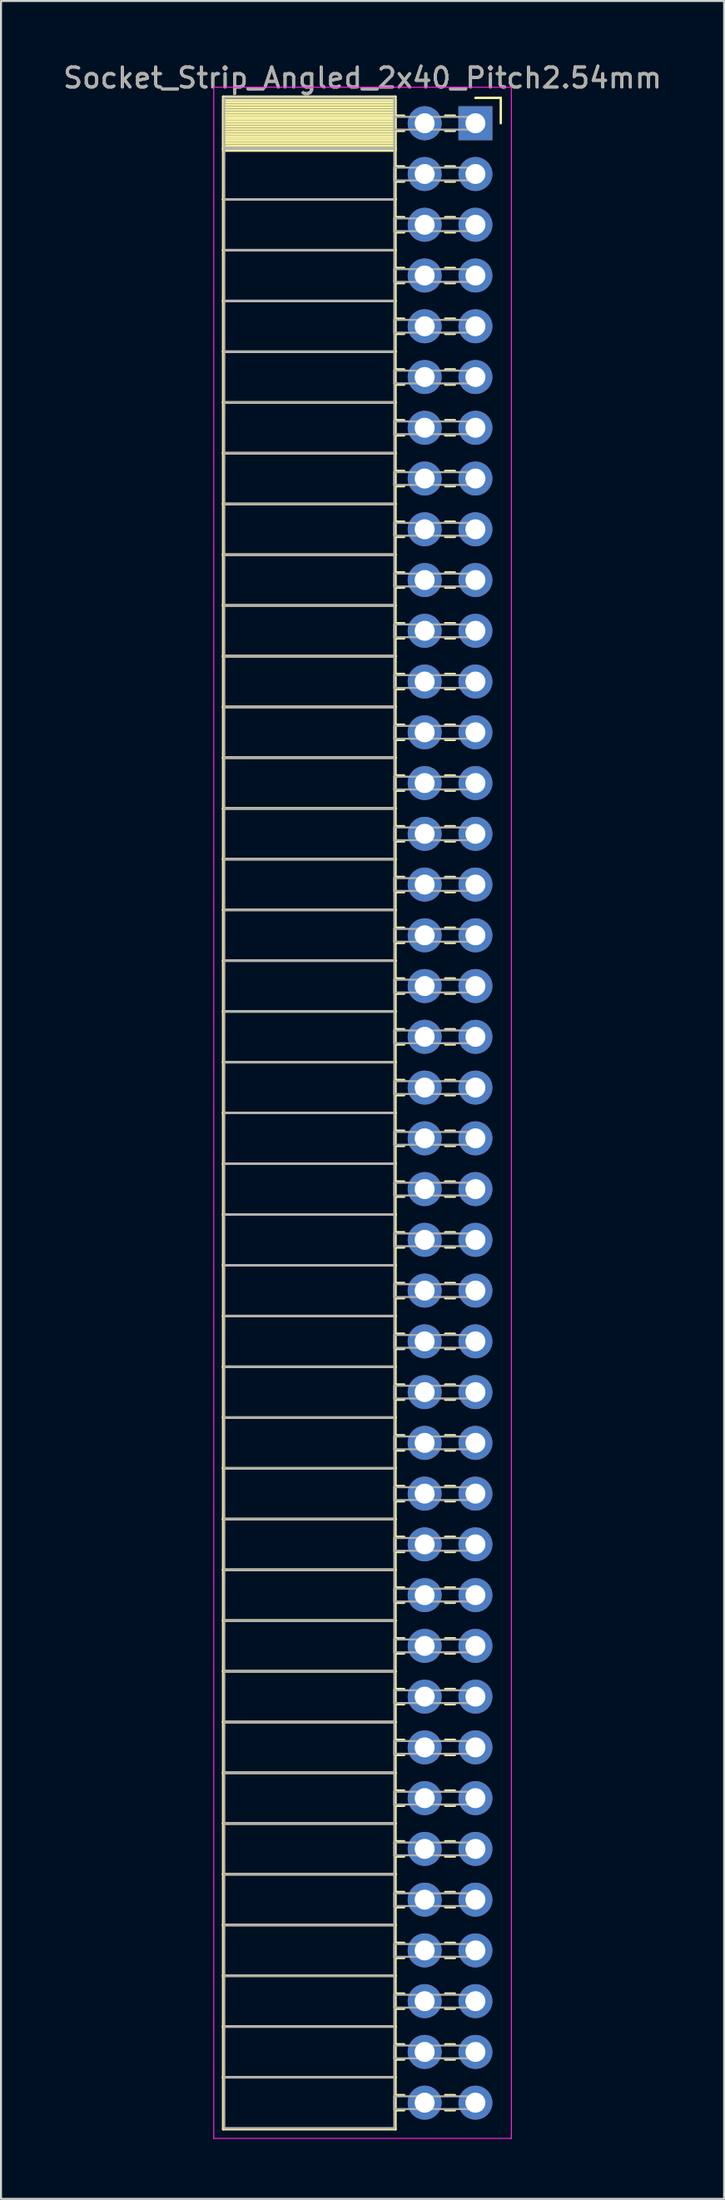
<source format=kicad_pcb>
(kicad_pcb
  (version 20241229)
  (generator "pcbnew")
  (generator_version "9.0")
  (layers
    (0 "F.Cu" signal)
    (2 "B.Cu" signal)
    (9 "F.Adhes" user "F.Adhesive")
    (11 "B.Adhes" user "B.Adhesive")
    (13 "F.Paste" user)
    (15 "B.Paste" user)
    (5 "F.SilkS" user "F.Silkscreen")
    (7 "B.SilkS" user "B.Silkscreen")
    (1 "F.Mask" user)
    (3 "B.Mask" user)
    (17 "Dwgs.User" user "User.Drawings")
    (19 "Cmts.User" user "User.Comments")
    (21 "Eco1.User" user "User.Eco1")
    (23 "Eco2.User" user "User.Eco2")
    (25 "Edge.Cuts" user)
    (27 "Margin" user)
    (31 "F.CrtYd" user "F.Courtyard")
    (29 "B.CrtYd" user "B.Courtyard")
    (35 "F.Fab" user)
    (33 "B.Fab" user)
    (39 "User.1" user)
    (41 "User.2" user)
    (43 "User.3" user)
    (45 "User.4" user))
  (footprint "Socket_Strip_Angled_2x40_Pitch2.54mm"
    (layer "F.Cu")
    (at 20.751 3.118)
    (property "Reference" "Socket_Strip_Angled_2x40_Pitch2.54mm" (at -5.65 -2.27 0) (layer "F.SilkS") (effects (font (size 1 1) (thickness 0.15))))
    (attr through_hole)
    (fp_line (start -12.63 -1.33) (end -4 -1.33) (stroke (width 0.12) (type solid)) (layer "F.SilkS"))
    (fp_line (start -12.63 1.27) (end -12.63 -1.33) (stroke (width 0.12) (type solid)) (layer "F.SilkS"))
    (fp_line (start -12.63 1.27) (end -4 1.27) (stroke (width 0.12) (type solid)) (layer "F.SilkS"))
    (fp_line (start -12.63 3.81) (end -12.63 1.27) (stroke (width 0.12) (type solid)) (layer "F.SilkS"))
    (fp_line (start -12.63 3.81) (end -4 3.81) (stroke (width 0.12) (type solid)) (layer "F.SilkS"))
    (fp_line (start -12.63 6.35) (end -12.63 3.81) (stroke (width 0.12) (type solid)) (layer "F.SilkS"))
    (fp_line (start -12.63 6.35) (end -4 6.35) (stroke (width 0.12) (type solid)) (layer "F.SilkS"))
    (fp_line (start -12.63 8.89) (end -12.63 6.35) (stroke (width 0.12) (type solid)) (layer "F.SilkS"))
    (fp_line (start -12.63 8.89) (end -4 8.89) (stroke (width 0.12) (type solid)) (layer "F.SilkS"))
    (fp_line (start -12.63 11.43) (end -12.63 8.89) (stroke (width 0.12) (type solid)) (layer "F.SilkS"))
    (fp_line (start -12.63 11.43) (end -4 11.43) (stroke (width 0.12) (type solid)) (layer "F.SilkS"))
    (fp_line (start -12.63 13.97) (end -12.63 11.43) (stroke (width 0.12) (type solid)) (layer "F.SilkS"))
    (fp_line (start -12.63 13.97) (end -4 13.97) (stroke (width 0.12) (type solid)) (layer "F.SilkS"))
    (fp_line (start -12.63 16.51) (end -12.63 13.97) (stroke (width 0.12) (type solid)) (layer "F.SilkS"))
    (fp_line (start -12.63 16.51) (end -4 16.51) (stroke (width 0.12) (type solid)) (layer "F.SilkS"))
    (fp_line (start -12.63 19.05) (end -12.63 16.51) (stroke (width 0.12) (type solid)) (layer "F.SilkS"))
    (fp_line (start -12.63 19.05) (end -4 19.05) (stroke (width 0.12) (type solid)) (layer "F.SilkS"))
    (fp_line (start -12.63 21.59) (end -12.63 19.05) (stroke (width 0.12) (type solid)) (layer "F.SilkS"))
    (fp_line (start -12.63 21.59) (end -4 21.59) (stroke (width 0.12) (type solid)) (layer "F.SilkS"))
    (fp_line (start -12.63 24.13) (end -12.63 21.59) (stroke (width 0.12) (type solid)) (layer "F.SilkS"))
    (fp_line (start -12.63 24.13) (end -4 24.13) (stroke (width 0.12) (type solid)) (layer "F.SilkS"))
    (fp_line (start -12.63 26.67) (end -12.63 24.13) (stroke (width 0.12) (type solid)) (layer "F.SilkS"))
    (fp_line (start -12.63 26.67) (end -4 26.67) (stroke (width 0.12) (type solid)) (layer "F.SilkS"))
    (fp_line (start -12.63 29.21) (end -12.63 26.67) (stroke (width 0.12) (type solid)) (layer "F.SilkS"))
    (fp_line (start -12.63 29.21) (end -4 29.21) (stroke (width 0.12) (type solid)) (layer "F.SilkS"))
    (fp_line (start -12.63 31.75) (end -12.63 29.21) (stroke (width 0.12) (type solid)) (layer "F.SilkS"))
    (fp_line (start -12.63 31.75) (end -4 31.75) (stroke (width 0.12) (type solid)) (layer "F.SilkS"))
    (fp_line (start -12.63 34.29) (end -12.63 31.75) (stroke (width 0.12) (type solid)) (layer "F.SilkS"))
    (fp_line (start -12.63 34.29) (end -4 34.29) (stroke (width 0.12) (type solid)) (layer "F.SilkS"))
    (fp_line (start -12.63 36.83) (end -12.63 34.29) (stroke (width 0.12) (type solid)) (layer "F.SilkS"))
    (fp_line (start -12.63 36.83) (end -4 36.83) (stroke (width 0.12) (type solid)) (layer "F.SilkS"))
    (fp_line (start -12.63 39.37) (end -12.63 36.83) (stroke (width 0.12) (type solid)) (layer "F.SilkS"))
    (fp_line (start -12.63 39.37) (end -4 39.37) (stroke (width 0.12) (type solid)) (layer "F.SilkS"))
    (fp_line (start -12.63 41.91) (end -12.63 39.37) (stroke (width 0.12) (type solid)) (layer "F.SilkS"))
    (fp_line (start -12.63 41.91) (end -4 41.91) (stroke (width 0.12) (type solid)) (layer "F.SilkS"))
    (fp_line (start -12.63 44.45) (end -12.63 41.91) (stroke (width 0.12) (type solid)) (layer "F.SilkS"))
    (fp_line (start -12.63 44.45) (end -4 44.45) (stroke (width 0.12) (type solid)) (layer "F.SilkS"))
    (fp_line (start -12.63 46.99) (end -12.63 44.45) (stroke (width 0.12) (type solid)) (layer "F.SilkS"))
    (fp_line (start -12.63 46.99) (end -4 46.99) (stroke (width 0.12) (type solid)) (layer "F.SilkS"))
    (fp_line (start -12.63 49.53) (end -12.63 46.99) (stroke (width 0.12) (type solid)) (layer "F.SilkS"))
    (fp_line (start -12.63 49.53) (end -4 49.53) (stroke (width 0.12) (type solid)) (layer "F.SilkS"))
    (fp_line (start -12.63 52.07) (end -12.63 49.53) (stroke (width 0.12) (type solid)) (layer "F.SilkS"))
    (fp_line (start -12.63 52.07) (end -4 52.07) (stroke (width 0.12) (type solid)) (layer "F.SilkS"))
    (fp_line (start -12.63 54.61) (end -12.63 52.07) (stroke (width 0.12) (type solid)) (layer "F.SilkS"))
    (fp_line (start -12.63 54.61) (end -4 54.61) (stroke (width 0.12) (type solid)) (layer "F.SilkS"))
    (fp_line (start -12.63 57.15) (end -12.63 54.61) (stroke (width 0.12) (type solid)) (layer "F.SilkS"))
    (fp_line (start -12.63 57.15) (end -4 57.15) (stroke (width 0.12) (type solid)) (layer "F.SilkS"))
    (fp_line (start -12.63 59.69) (end -12.63 57.15) (stroke (width 0.12) (type solid)) (layer "F.SilkS"))
    (fp_line (start -12.63 59.69) (end -4 59.69) (stroke (width 0.12) (type solid)) (layer "F.SilkS"))
    (fp_line (start -12.63 62.23) (end -12.63 59.69) (stroke (width 0.12) (type solid)) (layer "F.SilkS"))
    (fp_line (start -12.63 62.23) (end -4 62.23) (stroke (width 0.12) (type solid)) (layer "F.SilkS"))
    (fp_line (start -12.63 64.77) (end -12.63 62.23) (stroke (width 0.12) (type solid)) (layer "F.SilkS"))
    (fp_line (start -12.63 64.77) (end -4 64.77) (stroke (width 0.12) (type solid)) (layer "F.SilkS"))
    (fp_line (start -12.63 67.31) (end -12.63 64.77) (stroke (width 0.12) (type solid)) (layer "F.SilkS"))
    (fp_line (start -12.63 67.31) (end -4 67.31) (stroke (width 0.12) (type solid)) (layer "F.SilkS"))
    (fp_line (start -12.63 69.85) (end -12.63 67.31) (stroke (width 0.12) (type solid)) (layer "F.SilkS"))
    (fp_line (start -12.63 69.85) (end -4 69.85) (stroke (width 0.12) (type solid)) (layer "F.SilkS"))
    (fp_line (start -12.63 72.39) (end -12.63 69.85) (stroke (width 0.12) (type solid)) (layer "F.SilkS"))
    (fp_line (start -12.63 72.39) (end -4 72.39) (stroke (width 0.12) (type solid)) (layer "F.SilkS"))
    (fp_line (start -12.63 74.93) (end -12.63 72.39) (stroke (width 0.12) (type solid)) (layer "F.SilkS"))
    (fp_line (start -12.63 74.93) (end -4 74.93) (stroke (width 0.12) (type solid)) (layer "F.SilkS"))
    (fp_line (start -12.63 77.47) (end -12.63 74.93) (stroke (width 0.12) (type solid)) (layer "F.SilkS"))
    (fp_line (start -12.63 77.47) (end -4 77.47) (stroke (width 0.12) (type solid)) (layer "F.SilkS"))
    (fp_line (start -12.63 80.01) (end -12.63 77.47) (stroke (width 0.12) (type solid)) (layer "F.SilkS"))
    (fp_line (start -12.63 80.01) (end -4 80.01) (stroke (width 0.12) (type solid)) (layer "F.SilkS"))
    (fp_line (start -12.63 82.55) (end -12.63 80.01) (stroke (width 0.12) (type solid)) (layer "F.SilkS"))
    (fp_line (start -12.63 82.55) (end -4 82.55) (stroke (width 0.12) (type solid)) (layer "F.SilkS"))
    (fp_line (start -12.63 85.09) (end -12.63 82.55) (stroke (width 0.12) (type solid)) (layer "F.SilkS"))
    (fp_line (start -12.63 85.09) (end -4 85.09) (stroke (width 0.12) (type solid)) (layer "F.SilkS"))
    (fp_line (start -12.63 87.63) (end -12.63 85.09) (stroke (width 0.12) (type solid)) (layer "F.SilkS"))
    (fp_line (start -12.63 87.63) (end -4 87.63) (stroke (width 0.12) (type solid)) (layer "F.SilkS"))
    (fp_line (start -12.63 90.17) (end -12.63 87.63) (stroke (width 0.12) (type solid)) (layer "F.SilkS"))
    (fp_line (start -12.63 90.17) (end -4 90.17) (stroke (width 0.12) (type solid)) (layer "F.SilkS"))
    (fp_line (start -12.63 92.71) (end -12.63 90.17) (stroke (width 0.12) (type solid)) (layer "F.SilkS"))
    (fp_line (start -12.63 92.71) (end -4 92.71) (stroke (width 0.12) (type solid)) (layer "F.SilkS"))
    (fp_line (start -12.63 95.25) (end -12.63 92.71) (stroke (width 0.12) (type solid)) (layer "F.SilkS"))
    (fp_line (start -12.63 95.25) (end -4 95.25) (stroke (width 0.12) (type solid)) (layer "F.SilkS"))
    (fp_line (start -12.63 97.79) (end -12.63 95.25) (stroke (width 0.12) (type solid)) (layer "F.SilkS"))
    (fp_line (start -12.63 97.79) (end -4 97.79) (stroke (width 0.12) (type solid)) (layer "F.SilkS"))
    (fp_line (start -12.63 100.39) (end -12.63 97.79) (stroke (width 0.12) (type solid)) (layer "F.SilkS"))
    (fp_line (start -4 -1.33) (end -4 1.27) (stroke (width 0.12) (type solid)) (layer "F.SilkS"))
    (fp_line (start -4 -1.15) (end -12.63 -1.15) (stroke (width 0.12) (type solid)) (layer "F.SilkS"))
    (fp_line (start -4 -1.03) (end -12.63 -1.03) (stroke (width 0.12) (type solid)) (layer "F.SilkS"))
    (fp_line (start -4 -0.91) (end -12.63 -0.91) (stroke (width 0.12) (type solid)) (layer "F.SilkS"))
    (fp_line (start -4 -0.79) (end -12.63 -0.79) (stroke (width 0.12) (type solid)) (layer "F.SilkS"))
    (fp_line (start -4 -0.67) (end -12.63 -0.67) (stroke (width 0.12) (type solid)) (layer "F.SilkS"))
    (fp_line (start -4 -0.55) (end -12.63 -0.55) (stroke (width 0.12) (type solid)) (layer "F.SilkS"))
    (fp_line (start -4 -0.43) (end -12.63 -0.43) (stroke (width 0.12) (type solid)) (layer "F.SilkS"))
    (fp_line (start -4 -0.31) (end -12.63 -0.31) (stroke (width 0.12) (type solid)) (layer "F.SilkS"))
    (fp_line (start -4 -0.19) (end -12.63 -0.19) (stroke (width 0.12) (type solid)) (layer "F.SilkS"))
    (fp_line (start -4 -0.07) (end -12.63 -0.07) (stroke (width 0.12) (type solid)) (layer "F.SilkS"))
    (fp_line (start -4 0.05) (end -12.63 0.05) (stroke (width 0.12) (type solid)) (layer "F.SilkS"))
    (fp_line (start -4 0.17) (end -12.63 0.17) (stroke (width 0.12) (type solid)) (layer "F.SilkS"))
    (fp_line (start -4 0.29) (end -12.63 0.29) (stroke (width 0.12) (type solid)) (layer "F.SilkS"))
    (fp_line (start -4 0.41) (end -12.63 0.41) (stroke (width 0.12) (type solid)) (layer "F.SilkS"))
    (fp_line (start -4 0.53) (end -12.63 0.53) (stroke (width 0.12) (type solid)) (layer "F.SilkS"))
    (fp_line (start -4 0.65) (end -12.63 0.65) (stroke (width 0.12) (type solid)) (layer "F.SilkS"))
    (fp_line (start -4 0.77) (end -12.63 0.77) (stroke (width 0.12) (type solid)) (layer "F.SilkS"))
    (fp_line (start -4 0.89) (end -12.63 0.89) (stroke (width 0.12) (type solid)) (layer "F.SilkS"))
    (fp_line (start -4 1.01) (end -12.63 1.01) (stroke (width 0.12) (type solid)) (layer "F.SilkS"))
    (fp_line (start -4 1.13) (end -12.63 1.13) (stroke (width 0.12) (type solid)) (layer "F.SilkS"))
    (fp_line (start -4 1.25) (end -12.63 1.25) (stroke (width 0.12) (type solid)) (layer "F.SilkS"))
    (fp_line (start -4 1.27) (end -12.63 1.27) (stroke (width 0.12) (type solid)) (layer "F.SilkS"))
    (fp_line (start -4 1.27) (end -4 3.81) (stroke (width 0.12) (type solid)) (layer "F.SilkS"))
    (fp_line (start -4 1.37) (end -12.63 1.37) (stroke (width 0.12) (type solid)) (layer "F.SilkS"))
    (fp_line (start -4 3.81) (end -12.63 3.81) (stroke (width 0.12) (type solid)) (layer "F.SilkS"))
    (fp_line (start -4 3.81) (end -4 6.35) (stroke (width 0.12) (type solid)) (layer "F.SilkS"))
    (fp_line (start -4 6.35) (end -12.63 6.35) (stroke (width 0.12) (type solid)) (layer "F.SilkS"))
    (fp_line (start -4 6.35) (end -4 8.89) (stroke (width 0.12) (type solid)) (layer "F.SilkS"))
    (fp_line (start -4 8.89) (end -12.63 8.89) (stroke (width 0.12) (type solid)) (layer "F.SilkS"))
    (fp_line (start -4 8.89) (end -4 11.43) (stroke (width 0.12) (type solid)) (layer "F.SilkS"))
    (fp_line (start -4 11.43) (end -12.63 11.43) (stroke (width 0.12) (type solid)) (layer "F.SilkS"))
    (fp_line (start -4 11.43) (end -4 13.97) (stroke (width 0.12) (type solid)) (layer "F.SilkS"))
    (fp_line (start -4 13.97) (end -12.63 13.97) (stroke (width 0.12) (type solid)) (layer "F.SilkS"))
    (fp_line (start -4 13.97) (end -4 16.51) (stroke (width 0.12) (type solid)) (layer "F.SilkS"))
    (fp_line (start -4 16.51) (end -12.63 16.51) (stroke (width 0.12) (type solid)) (layer "F.SilkS"))
    (fp_line (start -4 16.51) (end -4 19.05) (stroke (width 0.12) (type solid)) (layer "F.SilkS"))
    (fp_line (start -4 19.05) (end -12.63 19.05) (stroke (width 0.12) (type solid)) (layer "F.SilkS"))
    (fp_line (start -4 19.05) (end -4 21.59) (stroke (width 0.12) (type solid)) (layer "F.SilkS"))
    (fp_line (start -4 21.59) (end -12.63 21.59) (stroke (width 0.12) (type solid)) (layer "F.SilkS"))
    (fp_line (start -4 21.59) (end -4 24.13) (stroke (width 0.12) (type solid)) (layer "F.SilkS"))
    (fp_line (start -4 24.13) (end -12.63 24.13) (stroke (width 0.12) (type solid)) (layer "F.SilkS"))
    (fp_line (start -4 24.13) (end -4 26.67) (stroke (width 0.12) (type solid)) (layer "F.SilkS"))
    (fp_line (start -4 26.67) (end -12.63 26.67) (stroke (width 0.12) (type solid)) (layer "F.SilkS"))
    (fp_line (start -4 26.67) (end -4 29.21) (stroke (width 0.12) (type solid)) (layer "F.SilkS"))
    (fp_line (start -4 29.21) (end -12.63 29.21) (stroke (width 0.12) (type solid)) (layer "F.SilkS"))
    (fp_line (start -4 29.21) (end -4 31.75) (stroke (width 0.12) (type solid)) (layer "F.SilkS"))
    (fp_line (start -4 31.75) (end -12.63 31.75) (stroke (width 0.12) (type solid)) (layer "F.SilkS"))
    (fp_line (start -4 31.75) (end -4 34.29) (stroke (width 0.12) (type solid)) (layer "F.SilkS"))
    (fp_line (start -4 34.29) (end -12.63 34.29) (stroke (width 0.12) (type solid)) (layer "F.SilkS"))
    (fp_line (start -4 34.29) (end -4 36.83) (stroke (width 0.12) (type solid)) (layer "F.SilkS"))
    (fp_line (start -4 36.83) (end -12.63 36.83) (stroke (width 0.12) (type solid)) (layer "F.SilkS"))
    (fp_line (start -4 36.83) (end -4 39.37) (stroke (width 0.12) (type solid)) (layer "F.SilkS"))
    (fp_line (start -4 39.37) (end -12.63 39.37) (stroke (width 0.12) (type solid)) (layer "F.SilkS"))
    (fp_line (start -4 39.37) (end -4 41.91) (stroke (width 0.12) (type solid)) (layer "F.SilkS"))
    (fp_line (start -4 41.91) (end -12.63 41.91) (stroke (width 0.12) (type solid)) (layer "F.SilkS"))
    (fp_line (start -4 41.91) (end -4 44.45) (stroke (width 0.12) (type solid)) (layer "F.SilkS"))
    (fp_line (start -4 44.45) (end -12.63 44.45) (stroke (width 0.12) (type solid)) (layer "F.SilkS"))
    (fp_line (start -4 44.45) (end -4 46.99) (stroke (width 0.12) (type solid)) (layer "F.SilkS"))
    (fp_line (start -4 46.99) (end -12.63 46.99) (stroke (width 0.12) (type solid)) (layer "F.SilkS"))
    (fp_line (start -4 46.99) (end -4 49.53) (stroke (width 0.12) (type solid)) (layer "F.SilkS"))
    (fp_line (start -4 49.53) (end -12.63 49.53) (stroke (width 0.12) (type solid)) (layer "F.SilkS"))
    (fp_line (start -4 49.53) (end -4 52.07) (stroke (width 0.12) (type solid)) (layer "F.SilkS"))
    (fp_line (start -4 52.07) (end -12.63 52.07) (stroke (width 0.12) (type solid)) (layer "F.SilkS"))
    (fp_line (start -4 52.07) (end -4 54.61) (stroke (width 0.12) (type solid)) (layer "F.SilkS"))
    (fp_line (start -4 54.61) (end -12.63 54.61) (stroke (width 0.12) (type solid)) (layer "F.SilkS"))
    (fp_line (start -4 54.61) (end -4 57.15) (stroke (width 0.12) (type solid)) (layer "F.SilkS"))
    (fp_line (start -4 57.15) (end -12.63 57.15) (stroke (width 0.12) (type solid)) (layer "F.SilkS"))
    (fp_line (start -4 57.15) (end -4 59.69) (stroke (width 0.12) (type solid)) (layer "F.SilkS"))
    (fp_line (start -4 59.69) (end -12.63 59.69) (stroke (width 0.12) (type solid)) (layer "F.SilkS"))
    (fp_line (start -4 59.69) (end -4 62.23) (stroke (width 0.12) (type solid)) (layer "F.SilkS"))
    (fp_line (start -4 62.23) (end -12.63 62.23) (stroke (width 0.12) (type solid)) (layer "F.SilkS"))
    (fp_line (start -4 62.23) (end -4 64.77) (stroke (width 0.12) (type solid)) (layer "F.SilkS"))
    (fp_line (start -4 64.77) (end -12.63 64.77) (stroke (width 0.12) (type solid)) (layer "F.SilkS"))
    (fp_line (start -4 64.77) (end -4 67.31) (stroke (width 0.12) (type solid)) (layer "F.SilkS"))
    (fp_line (start -4 67.31) (end -12.63 67.31) (stroke (width 0.12) (type solid)) (layer "F.SilkS"))
    (fp_line (start -4 67.31) (end -4 69.85) (stroke (width 0.12) (type solid)) (layer "F.SilkS"))
    (fp_line (start -4 69.85) (end -12.63 69.85) (stroke (width 0.12) (type solid)) (layer "F.SilkS"))
    (fp_line (start -4 69.85) (end -4 72.39) (stroke (width 0.12) (type solid)) (layer "F.SilkS"))
    (fp_line (start -4 72.39) (end -12.63 72.39) (stroke (width 0.12) (type solid)) (layer "F.SilkS"))
    (fp_line (start -4 72.39) (end -4 74.93) (stroke (width 0.12) (type solid)) (layer "F.SilkS"))
    (fp_line (start -4 74.93) (end -12.63 74.93) (stroke (width 0.12) (type solid)) (layer "F.SilkS"))
    (fp_line (start -4 74.93) (end -4 77.47) (stroke (width 0.12) (type solid)) (layer "F.SilkS"))
    (fp_line (start -4 77.47) (end -12.63 77.47) (stroke (width 0.12) (type solid)) (layer "F.SilkS"))
    (fp_line (start -4 77.47) (end -4 80.01) (stroke (width 0.12) (type solid)) (layer "F.SilkS"))
    (fp_line (start -4 80.01) (end -12.63 80.01) (stroke (width 0.12) (type solid)) (layer "F.SilkS"))
    (fp_line (start -4 80.01) (end -4 82.55) (stroke (width 0.12) (type solid)) (layer "F.SilkS"))
    (fp_line (start -4 82.55) (end -12.63 82.55) (stroke (width 0.12) (type solid)) (layer "F.SilkS"))
    (fp_line (start -4 82.55) (end -4 85.09) (stroke (width 0.12) (type solid)) (layer "F.SilkS"))
    (fp_line (start -4 85.09) (end -12.63 85.09) (stroke (width 0.12) (type solid)) (layer "F.SilkS"))
    (fp_line (start -4 85.09) (end -4 87.63) (stroke (width 0.12) (type solid)) (layer "F.SilkS"))
    (fp_line (start -4 87.63) (end -12.63 87.63) (stroke (width 0.12) (type solid)) (layer "F.SilkS"))
    (fp_line (start -4 87.63) (end -4 90.17) (stroke (width 0.12) (type solid)) (layer "F.SilkS"))
    (fp_line (start -4 90.17) (end -12.63 90.17) (stroke (width 0.12) (type solid)) (layer "F.SilkS"))
    (fp_line (start -4 90.17) (end -4 92.71) (stroke (width 0.12) (type solid)) (layer "F.SilkS"))
    (fp_line (start -4 92.71) (end -12.63 92.71) (stroke (width 0.12) (type solid)) (layer "F.SilkS"))
    (fp_line (start -4 92.71) (end -4 95.25) (stroke (width 0.12) (type solid)) (layer "F.SilkS"))
    (fp_line (start -4 95.25) (end -12.63 95.25) (stroke (width 0.12) (type solid)) (layer "F.SilkS"))
    (fp_line (start -4 95.25) (end -4 97.79) (stroke (width 0.12) (type solid)) (layer "F.SilkS"))
    (fp_line (start -4 97.79) (end -12.63 97.79) (stroke (width 0.12) (type solid)) (layer "F.SilkS"))
    (fp_line (start -4 97.79) (end -4 100.39) (stroke (width 0.12) (type solid)) (layer "F.SilkS"))
    (fp_line (start -4 100.39) (end -12.63 100.39) (stroke (width 0.12) (type solid)) (layer "F.SilkS"))
    (fp_line (start -3.57 -0.38) (end -4 -0.38) (stroke (width 0.12) (type solid)) (layer "F.SilkS"))
    (fp_line (start -3.57 0.38) (end -4 0.38) (stroke (width 0.12) (type solid)) (layer "F.SilkS"))
    (fp_line (start -3.57 2.16) (end -4 2.16) (stroke (width 0.12) (type solid)) (layer "F.SilkS"))
    (fp_line (start -3.57 2.92) (end -4 2.92) (stroke (width 0.12) (type solid)) (layer "F.SilkS"))
    (fp_line (start -3.57 4.7) (end -4 4.7) (stroke (width 0.12) (type solid)) (layer "F.SilkS"))
    (fp_line (start -3.57 5.46) (end -4 5.46) (stroke (width 0.12) (type solid)) (layer "F.SilkS"))
    (fp_line (start -3.57 7.24) (end -4 7.24) (stroke (width 0.12) (type solid)) (layer "F.SilkS"))
    (fp_line (start -3.57 8) (end -4 8) (stroke (width 0.12) (type solid)) (layer "F.SilkS"))
    (fp_line (start -3.57 9.78) (end -4 9.78) (stroke (width 0.12) (type solid)) (layer "F.SilkS"))
    (fp_line (start -3.57 10.54) (end -4 10.54) (stroke (width 0.12) (type solid)) (layer "F.SilkS"))
    (fp_line (start -3.57 12.32) (end -4 12.32) (stroke (width 0.12) (type solid)) (layer "F.SilkS"))
    (fp_line (start -3.57 13.08) (end -4 13.08) (stroke (width 0.12) (type solid)) (layer "F.SilkS"))
    (fp_line (start -3.57 14.86) (end -4 14.86) (stroke (width 0.12) (type solid)) (layer "F.SilkS"))
    (fp_line (start -3.57 15.62) (end -4 15.62) (stroke (width 0.12) (type solid)) (layer "F.SilkS"))
    (fp_line (start -3.57 17.4) (end -4 17.4) (stroke (width 0.12) (type solid)) (layer "F.SilkS"))
    (fp_line (start -3.57 18.16) (end -4 18.16) (stroke (width 0.12) (type solid)) (layer "F.SilkS"))
    (fp_line (start -3.57 19.94) (end -4 19.94) (stroke (width 0.12) (type solid)) (layer "F.SilkS"))
    (fp_line (start -3.57 20.7) (end -4 20.7) (stroke (width 0.12) (type solid)) (layer "F.SilkS"))
    (fp_line (start -3.57 22.48) (end -4 22.48) (stroke (width 0.12) (type solid)) (layer "F.SilkS"))
    (fp_line (start -3.57 23.24) (end -4 23.24) (stroke (width 0.12) (type solid)) (layer "F.SilkS"))
    (fp_line (start -3.57 25.02) (end -4 25.02) (stroke (width 0.12) (type solid)) (layer "F.SilkS"))
    (fp_line (start -3.57 25.78) (end -4 25.78) (stroke (width 0.12) (type solid)) (layer "F.SilkS"))
    (fp_line (start -3.57 27.56) (end -4 27.56) (stroke (width 0.12) (type solid)) (layer "F.SilkS"))
    (fp_line (start -3.57 28.32) (end -4 28.32) (stroke (width 0.12) (type solid)) (layer "F.SilkS"))
    (fp_line (start -3.57 30.1) (end -4 30.1) (stroke (width 0.12) (type solid)) (layer "F.SilkS"))
    (fp_line (start -3.57 30.86) (end -4 30.86) (stroke (width 0.12) (type solid)) (layer "F.SilkS"))
    (fp_line (start -3.57 32.64) (end -4 32.64) (stroke (width 0.12) (type solid)) (layer "F.SilkS"))
    (fp_line (start -3.57 33.4) (end -4 33.4) (stroke (width 0.12) (type solid)) (layer "F.SilkS"))
    (fp_line (start -3.57 35.18) (end -4 35.18) (stroke (width 0.12) (type solid)) (layer "F.SilkS"))
    (fp_line (start -3.57 35.94) (end -4 35.94) (stroke (width 0.12) (type solid)) (layer "F.SilkS"))
    (fp_line (start -3.57 37.72) (end -4 37.72) (stroke (width 0.12) (type solid)) (layer "F.SilkS"))
    (fp_line (start -3.57 38.48) (end -4 38.48) (stroke (width 0.12) (type solid)) (layer "F.SilkS"))
    (fp_line (start -3.57 40.26) (end -4 40.26) (stroke (width 0.12) (type solid)) (layer "F.SilkS"))
    (fp_line (start -3.57 41.02) (end -4 41.02) (stroke (width 0.12) (type solid)) (layer "F.SilkS"))
    (fp_line (start -3.57 42.8) (end -4 42.8) (stroke (width 0.12) (type solid)) (layer "F.SilkS"))
    (fp_line (start -3.57 43.56) (end -4 43.56) (stroke (width 0.12) (type solid)) (layer "F.SilkS"))
    (fp_line (start -3.57 45.34) (end -4 45.34) (stroke (width 0.12) (type solid)) (layer "F.SilkS"))
    (fp_line (start -3.57 46.1) (end -4 46.1) (stroke (width 0.12) (type solid)) (layer "F.SilkS"))
    (fp_line (start -3.57 47.88) (end -4 47.88) (stroke (width 0.12) (type solid)) (layer "F.SilkS"))
    (fp_line (start -3.57 48.64) (end -4 48.64) (stroke (width 0.12) (type solid)) (layer "F.SilkS"))
    (fp_line (start -3.57 50.42) (end -4 50.42) (stroke (width 0.12) (type solid)) (layer "F.SilkS"))
    (fp_line (start -3.57 51.18) (end -4 51.18) (stroke (width 0.12) (type solid)) (layer "F.SilkS"))
    (fp_line (start -3.57 52.96) (end -4 52.96) (stroke (width 0.12) (type solid)) (layer "F.SilkS"))
    (fp_line (start -3.57 53.72) (end -4 53.72) (stroke (width 0.12) (type solid)) (layer "F.SilkS"))
    (fp_line (start -3.57 55.5) (end -4 55.5) (stroke (width 0.12) (type solid)) (layer "F.SilkS"))
    (fp_line (start -3.57 56.26) (end -4 56.26) (stroke (width 0.12) (type solid)) (layer "F.SilkS"))
    (fp_line (start -3.57 58.04) (end -4 58.04) (stroke (width 0.12) (type solid)) (layer "F.SilkS"))
    (fp_line (start -3.57 58.8) (end -4 58.8) (stroke (width 0.12) (type solid)) (layer "F.SilkS"))
    (fp_line (start -3.57 60.58) (end -4 60.58) (stroke (width 0.12) (type solid)) (layer "F.SilkS"))
    (fp_line (start -3.57 61.34) (end -4 61.34) (stroke (width 0.12) (type solid)) (layer "F.SilkS"))
    (fp_line (start -3.57 63.12) (end -4 63.12) (stroke (width 0.12) (type solid)) (layer "F.SilkS"))
    (fp_line (start -3.57 63.88) (end -4 63.88) (stroke (width 0.12) (type solid)) (layer "F.SilkS"))
    (fp_line (start -3.57 65.66) (end -4 65.66) (stroke (width 0.12) (type solid)) (layer "F.SilkS"))
    (fp_line (start -3.57 66.42) (end -4 66.42) (stroke (width 0.12) (type solid)) (layer "F.SilkS"))
    (fp_line (start -3.57 68.2) (end -4 68.2) (stroke (width 0.12) (type solid)) (layer "F.SilkS"))
    (fp_line (start -3.57 68.96) (end -4 68.96) (stroke (width 0.12) (type solid)) (layer "F.SilkS"))
    (fp_line (start -3.57 70.74) (end -4 70.74) (stroke (width 0.12) (type solid)) (layer "F.SilkS"))
    (fp_line (start -3.57 71.5) (end -4 71.5) (stroke (width 0.12) (type solid)) (layer "F.SilkS"))
    (fp_line (start -3.57 73.28) (end -4 73.28) (stroke (width 0.12) (type solid)) (layer "F.SilkS"))
    (fp_line (start -3.57 74.04) (end -4 74.04) (stroke (width 0.12) (type solid)) (layer "F.SilkS"))
    (fp_line (start -3.57 75.82) (end -4 75.82) (stroke (width 0.12) (type solid)) (layer "F.SilkS"))
    (fp_line (start -3.57 76.58) (end -4 76.58) (stroke (width 0.12) (type solid)) (layer "F.SilkS"))
    (fp_line (start -3.57 78.36) (end -4 78.36) (stroke (width 0.12) (type solid)) (layer "F.SilkS"))
    (fp_line (start -3.57 79.12) (end -4 79.12) (stroke (width 0.12) (type solid)) (layer "F.SilkS"))
    (fp_line (start -3.57 80.9) (end -4 80.9) (stroke (width 0.12) (type solid)) (layer "F.SilkS"))
    (fp_line (start -3.57 81.66) (end -4 81.66) (stroke (width 0.12) (type solid)) (layer "F.SilkS"))
    (fp_line (start -3.57 83.44) (end -4 83.44) (stroke (width 0.12) (type solid)) (layer "F.SilkS"))
    (fp_line (start -3.57 84.2) (end -4 84.2) (stroke (width 0.12) (type solid)) (layer "F.SilkS"))
    (fp_line (start -3.57 85.98) (end -4 85.98) (stroke (width 0.12) (type solid)) (layer "F.SilkS"))
    (fp_line (start -3.57 86.74) (end -4 86.74) (stroke (width 0.12) (type solid)) (layer "F.SilkS"))
    (fp_line (start -3.57 88.52) (end -4 88.52) (stroke (width 0.12) (type solid)) (layer "F.SilkS"))
    (fp_line (start -3.57 89.28) (end -4 89.28) (stroke (width 0.12) (type solid)) (layer "F.SilkS"))
    (fp_line (start -3.57 91.06) (end -4 91.06) (stroke (width 0.12) (type solid)) (layer "F.SilkS"))
    (fp_line (start -3.57 91.82) (end -4 91.82) (stroke (width 0.12) (type solid)) (layer "F.SilkS"))
    (fp_line (start -3.57 93.6) (end -4 93.6) (stroke (width 0.12) (type solid)) (layer "F.SilkS"))
    (fp_line (start -3.57 94.36) (end -4 94.36) (stroke (width 0.12) (type solid)) (layer "F.SilkS"))
    (fp_line (start -3.57 96.14) (end -4 96.14) (stroke (width 0.12) (type solid)) (layer "F.SilkS"))
    (fp_line (start -3.57 96.9) (end -4 96.9) (stroke (width 0.12) (type solid)) (layer "F.SilkS"))
    (fp_line (start -3.57 98.68) (end -4 98.68) (stroke (width 0.12) (type solid)) (layer "F.SilkS"))
    (fp_line (start -3.57 99.44) (end -4 99.44) (stroke (width 0.12) (type solid)) (layer "F.SilkS"))
    (fp_line (start -1.03 -0.38) (end -1.51 -0.38) (stroke (width 0.12) (type solid)) (layer "F.SilkS"))
    (fp_line (start -1.03 0.38) (end -1.51 0.38) (stroke (width 0.12) (type solid)) (layer "F.SilkS"))
    (fp_line (start -1.03 2.16) (end -1.51 2.16) (stroke (width 0.12) (type solid)) (layer "F.SilkS"))
    (fp_line (start -1.03 2.92) (end -1.51 2.92) (stroke (width 0.12) (type solid)) (layer "F.SilkS"))
    (fp_line (start -1.03 4.7) (end -1.51 4.7) (stroke (width 0.12) (type solid)) (layer "F.SilkS"))
    (fp_line (start -1.03 5.46) (end -1.51 5.46) (stroke (width 0.12) (type solid)) (layer "F.SilkS"))
    (fp_line (start -1.03 7.24) (end -1.51 7.24) (stroke (width 0.12) (type solid)) (layer "F.SilkS"))
    (fp_line (start -1.03 8) (end -1.51 8) (stroke (width 0.12) (type solid)) (layer "F.SilkS"))
    (fp_line (start -1.03 9.78) (end -1.51 9.78) (stroke (width 0.12) (type solid)) (layer "F.SilkS"))
    (fp_line (start -1.03 10.54) (end -1.51 10.54) (stroke (width 0.12) (type solid)) (layer "F.SilkS"))
    (fp_line (start -1.03 12.32) (end -1.51 12.32) (stroke (width 0.12) (type solid)) (layer "F.SilkS"))
    (fp_line (start -1.03 13.08) (end -1.51 13.08) (stroke (width 0.12) (type solid)) (layer "F.SilkS"))
    (fp_line (start -1.03 14.86) (end -1.51 14.86) (stroke (width 0.12) (type solid)) (layer "F.SilkS"))
    (fp_line (start -1.03 15.62) (end -1.51 15.62) (stroke (width 0.12) (type solid)) (layer "F.SilkS"))
    (fp_line (start -1.03 17.4) (end -1.51 17.4) (stroke (width 0.12) (type solid)) (layer "F.SilkS"))
    (fp_line (start -1.03 18.16) (end -1.51 18.16) (stroke (width 0.12) (type solid)) (layer "F.SilkS"))
    (fp_line (start -1.03 19.94) (end -1.51 19.94) (stroke (width 0.12) (type solid)) (layer "F.SilkS"))
    (fp_line (start -1.03 20.7) (end -1.51 20.7) (stroke (width 0.12) (type solid)) (layer "F.SilkS"))
    (fp_line (start -1.03 22.48) (end -1.51 22.48) (stroke (width 0.12) (type solid)) (layer "F.SilkS"))
    (fp_line (start -1.03 23.24) (end -1.51 23.24) (stroke (width 0.12) (type solid)) (layer "F.SilkS"))
    (fp_line (start -1.03 25.02) (end -1.51 25.02) (stroke (width 0.12) (type solid)) (layer "F.SilkS"))
    (fp_line (start -1.03 25.78) (end -1.51 25.78) (stroke (width 0.12) (type solid)) (layer "F.SilkS"))
    (fp_line (start -1.03 27.56) (end -1.51 27.56) (stroke (width 0.12) (type solid)) (layer "F.SilkS"))
    (fp_line (start -1.03 28.32) (end -1.51 28.32) (stroke (width 0.12) (type solid)) (layer "F.SilkS"))
    (fp_line (start -1.03 30.1) (end -1.51 30.1) (stroke (width 0.12) (type solid)) (layer "F.SilkS"))
    (fp_line (start -1.03 30.86) (end -1.51 30.86) (stroke (width 0.12) (type solid)) (layer "F.SilkS"))
    (fp_line (start -1.03 32.64) (end -1.51 32.64) (stroke (width 0.12) (type solid)) (layer "F.SilkS"))
    (fp_line (start -1.03 33.4) (end -1.51 33.4) (stroke (width 0.12) (type solid)) (layer "F.SilkS"))
    (fp_line (start -1.03 35.18) (end -1.51 35.18) (stroke (width 0.12) (type solid)) (layer "F.SilkS"))
    (fp_line (start -1.03 35.94) (end -1.51 35.94) (stroke (width 0.12) (type solid)) (layer "F.SilkS"))
    (fp_line (start -1.03 37.72) (end -1.51 37.72) (stroke (width 0.12) (type solid)) (layer "F.SilkS"))
    (fp_line (start -1.03 38.48) (end -1.51 38.48) (stroke (width 0.12) (type solid)) (layer "F.SilkS"))
    (fp_line (start -1.03 40.26) (end -1.51 40.26) (stroke (width 0.12) (type solid)) (layer "F.SilkS"))
    (fp_line (start -1.03 41.02) (end -1.51 41.02) (stroke (width 0.12) (type solid)) (layer "F.SilkS"))
    (fp_line (start -1.03 42.8) (end -1.51 42.8) (stroke (width 0.12) (type solid)) (layer "F.SilkS"))
    (fp_line (start -1.03 43.56) (end -1.51 43.56) (stroke (width 0.12) (type solid)) (layer "F.SilkS"))
    (fp_line (start -1.03 45.34) (end -1.51 45.34) (stroke (width 0.12) (type solid)) (layer "F.SilkS"))
    (fp_line (start -1.03 46.1) (end -1.51 46.1) (stroke (width 0.12) (type solid)) (layer "F.SilkS"))
    (fp_line (start -1.03 47.88) (end -1.51 47.88) (stroke (width 0.12) (type solid)) (layer "F.SilkS"))
    (fp_line (start -1.03 48.64) (end -1.51 48.64) (stroke (width 0.12) (type solid)) (layer "F.SilkS"))
    (fp_line (start -1.03 50.42) (end -1.51 50.42) (stroke (width 0.12) (type solid)) (layer "F.SilkS"))
    (fp_line (start -1.03 51.18) (end -1.51 51.18) (stroke (width 0.12) (type solid)) (layer "F.SilkS"))
    (fp_line (start -1.03 52.96) (end -1.51 52.96) (stroke (width 0.12) (type solid)) (layer "F.SilkS"))
    (fp_line (start -1.03 53.72) (end -1.51 53.72) (stroke (width 0.12) (type solid)) (layer "F.SilkS"))
    (fp_line (start -1.03 55.5) (end -1.51 55.5) (stroke (width 0.12) (type solid)) (layer "F.SilkS"))
    (fp_line (start -1.03 56.26) (end -1.51 56.26) (stroke (width 0.12) (type solid)) (layer "F.SilkS"))
    (fp_line (start -1.03 58.04) (end -1.51 58.04) (stroke (width 0.12) (type solid)) (layer "F.SilkS"))
    (fp_line (start -1.03 58.8) (end -1.51 58.8) (stroke (width 0.12) (type solid)) (layer "F.SilkS"))
    (fp_line (start -1.03 60.58) (end -1.51 60.58) (stroke (width 0.12) (type solid)) (layer "F.SilkS"))
    (fp_line (start -1.03 61.34) (end -1.51 61.34) (stroke (width 0.12) (type solid)) (layer "F.SilkS"))
    (fp_line (start -1.03 63.12) (end -1.51 63.12) (stroke (width 0.12) (type solid)) (layer "F.SilkS"))
    (fp_line (start -1.03 63.88) (end -1.51 63.88) (stroke (width 0.12) (type solid)) (layer "F.SilkS"))
    (fp_line (start -1.03 65.66) (end -1.51 65.66) (stroke (width 0.12) (type solid)) (layer "F.SilkS"))
    (fp_line (start -1.03 66.42) (end -1.51 66.42) (stroke (width 0.12) (type solid)) (layer "F.SilkS"))
    (fp_line (start -1.03 68.2) (end -1.51 68.2) (stroke (width 0.12) (type solid)) (layer "F.SilkS"))
    (fp_line (start -1.03 68.96) (end -1.51 68.96) (stroke (width 0.12) (type solid)) (layer "F.SilkS"))
    (fp_line (start -1.03 70.74) (end -1.51 70.74) (stroke (width 0.12) (type solid)) (layer "F.SilkS"))
    (fp_line (start -1.03 71.5) (end -1.51 71.5) (stroke (width 0.12) (type solid)) (layer "F.SilkS"))
    (fp_line (start -1.03 73.28) (end -1.51 73.28) (stroke (width 0.12) (type solid)) (layer "F.SilkS"))
    (fp_line (start -1.03 74.04) (end -1.51 74.04) (stroke (width 0.12) (type solid)) (layer "F.SilkS"))
    (fp_line (start -1.03 75.82) (end -1.51 75.82) (stroke (width 0.12) (type solid)) (layer "F.SilkS"))
    (fp_line (start -1.03 76.58) (end -1.51 76.58) (stroke (width 0.12) (type solid)) (layer "F.SilkS"))
    (fp_line (start -1.03 78.36) (end -1.51 78.36) (stroke (width 0.12) (type solid)) (layer "F.SilkS"))
    (fp_line (start -1.03 79.12) (end -1.51 79.12) (stroke (width 0.12) (type solid)) (layer "F.SilkS"))
    (fp_line (start -1.03 80.9) (end -1.51 80.9) (stroke (width 0.12) (type solid)) (layer "F.SilkS"))
    (fp_line (start -1.03 81.66) (end -1.51 81.66) (stroke (width 0.12) (type solid)) (layer "F.SilkS"))
    (fp_line (start -1.03 83.44) (end -1.51 83.44) (stroke (width 0.12) (type solid)) (layer "F.SilkS"))
    (fp_line (start -1.03 84.2) (end -1.51 84.2) (stroke (width 0.12) (type solid)) (layer "F.SilkS"))
    (fp_line (start -1.03 85.98) (end -1.51 85.98) (stroke (width 0.12) (type solid)) (layer "F.SilkS"))
    (fp_line (start -1.03 86.74) (end -1.51 86.74) (stroke (width 0.12) (type solid)) (layer "F.SilkS"))
    (fp_line (start -1.03 88.52) (end -1.51 88.52) (stroke (width 0.12) (type solid)) (layer "F.SilkS"))
    (fp_line (start -1.03 89.28) (end -1.51 89.28) (stroke (width 0.12) (type solid)) (layer "F.SilkS"))
    (fp_line (start -1.03 91.06) (end -1.51 91.06) (stroke (width 0.12) (type solid)) (layer "F.SilkS"))
    (fp_line (start -1.03 91.82) (end -1.51 91.82) (stroke (width 0.12) (type solid)) (layer "F.SilkS"))
    (fp_line (start -1.03 93.6) (end -1.51 93.6) (stroke (width 0.12) (type solid)) (layer "F.SilkS"))
    (fp_line (start -1.03 94.36) (end -1.51 94.36) (stroke (width 0.12) (type solid)) (layer "F.SilkS"))
    (fp_line (start -1.03 96.14) (end -1.51 96.14) (stroke (width 0.12) (type solid)) (layer "F.SilkS"))
    (fp_line (start -1.03 96.9) (end -1.51 96.9) (stroke (width 0.12) (type solid)) (layer "F.SilkS"))
    (fp_line (start -1.03 98.68) (end -1.51 98.68) (stroke (width 0.12) (type solid)) (layer "F.SilkS"))
    (fp_line (start -1.03 99.44) (end -1.51 99.44) (stroke (width 0.12) (type solid)) (layer "F.SilkS"))
    (fp_line (start 0 -1.27) (end 1.27 -1.27) (stroke (width 0.12) (type solid)) (layer "F.SilkS"))
    (fp_line (start 1.27 -1.27) (end 1.27 0) (stroke (width 0.12) (type solid)) (layer "F.SilkS"))
    (fp_line (start -13.1 -1.8) (end 1.8 -1.8) (stroke (width 0.05) (type solid)) (layer "F.CrtYd"))
    (fp_line (start -13.1 100.85) (end -13.1 -1.8) (stroke (width 0.05) (type solid)) (layer "F.CrtYd"))
    (fp_line (start 1.8 -1.8) (end 1.8 100.85) (stroke (width 0.05) (type solid)) (layer "F.CrtYd"))
    (fp_line (start 1.8 100.85) (end -13.1 100.85) (stroke (width 0.05) (type solid)) (layer "F.CrtYd"))
    (fp_line (start -12.57 -1.27) (end -4.06 -1.27) (stroke (width 0.1) (type solid)) (layer "F.Fab"))
    (fp_line (start -12.57 1.27) (end -12.57 -1.27) (stroke (width 0.1) (type solid)) (layer "F.Fab"))
    (fp_line (start -12.57 1.27) (end -4.06 1.27) (stroke (width 0.1) (type solid)) (layer "F.Fab"))
    (fp_line (start -12.57 3.81) (end -12.57 1.27) (stroke (width 0.1) (type solid)) (layer "F.Fab"))
    (fp_line (start -12.57 3.81) (end -4.06 3.81) (stroke (width 0.1) (type solid)) (layer "F.Fab"))
    (fp_line (start -12.57 6.35) (end -12.57 3.81) (stroke (width 0.1) (type solid)) (layer "F.Fab"))
    (fp_line (start -12.57 6.35) (end -4.06 6.35) (stroke (width 0.1) (type solid)) (layer "F.Fab"))
    (fp_line (start -12.57 8.89) (end -12.57 6.35) (stroke (width 0.1) (type solid)) (layer "F.Fab"))
    (fp_line (start -12.57 8.89) (end -4.06 8.89) (stroke (width 0.1) (type solid)) (layer "F.Fab"))
    (fp_line (start -12.57 11.43) (end -12.57 8.89) (stroke (width 0.1) (type solid)) (layer "F.Fab"))
    (fp_line (start -12.57 11.43) (end -4.06 11.43) (stroke (width 0.1) (type solid)) (layer "F.Fab"))
    (fp_line (start -12.57 13.97) (end -12.57 11.43) (stroke (width 0.1) (type solid)) (layer "F.Fab"))
    (fp_line (start -12.57 13.97) (end -4.06 13.97) (stroke (width 0.1) (type solid)) (layer "F.Fab"))
    (fp_line (start -12.57 16.51) (end -12.57 13.97) (stroke (width 0.1) (type solid)) (layer "F.Fab"))
    (fp_line (start -12.57 16.51) (end -4.06 16.51) (stroke (width 0.1) (type solid)) (layer "F.Fab"))
    (fp_line (start -12.57 19.05) (end -12.57 16.51) (stroke (width 0.1) (type solid)) (layer "F.Fab"))
    (fp_line (start -12.57 19.05) (end -4.06 19.05) (stroke (width 0.1) (type solid)) (layer "F.Fab"))
    (fp_line (start -12.57 21.59) (end -12.57 19.05) (stroke (width 0.1) (type solid)) (layer "F.Fab"))
    (fp_line (start -12.57 21.59) (end -4.06 21.59) (stroke (width 0.1) (type solid)) (layer "F.Fab"))
    (fp_line (start -12.57 24.13) (end -12.57 21.59) (stroke (width 0.1) (type solid)) (layer "F.Fab"))
    (fp_line (start -12.57 24.13) (end -4.06 24.13) (stroke (width 0.1) (type solid)) (layer "F.Fab"))
    (fp_line (start -12.57 26.67) (end -12.57 24.13) (stroke (width 0.1) (type solid)) (layer "F.Fab"))
    (fp_line (start -12.57 26.67) (end -4.06 26.67) (stroke (width 0.1) (type solid)) (layer "F.Fab"))
    (fp_line (start -12.57 29.21) (end -12.57 26.67) (stroke (width 0.1) (type solid)) (layer "F.Fab"))
    (fp_line (start -12.57 29.21) (end -4.06 29.21) (stroke (width 0.1) (type solid)) (layer "F.Fab"))
    (fp_line (start -12.57 31.75) (end -12.57 29.21) (stroke (width 0.1) (type solid)) (layer "F.Fab"))
    (fp_line (start -12.57 31.75) (end -4.06 31.75) (stroke (width 0.1) (type solid)) (layer "F.Fab"))
    (fp_line (start -12.57 34.29) (end -12.57 31.75) (stroke (width 0.1) (type solid)) (layer "F.Fab"))
    (fp_line (start -12.57 34.29) (end -4.06 34.29) (stroke (width 0.1) (type solid)) (layer "F.Fab"))
    (fp_line (start -12.57 36.83) (end -12.57 34.29) (stroke (width 0.1) (type solid)) (layer "F.Fab"))
    (fp_line (start -12.57 36.83) (end -4.06 36.83) (stroke (width 0.1) (type solid)) (layer "F.Fab"))
    (fp_line (start -12.57 39.37) (end -12.57 36.83) (stroke (width 0.1) (type solid)) (layer "F.Fab"))
    (fp_line (start -12.57 39.37) (end -4.06 39.37) (stroke (width 0.1) (type solid)) (layer "F.Fab"))
    (fp_line (start -12.57 41.91) (end -12.57 39.37) (stroke (width 0.1) (type solid)) (layer "F.Fab"))
    (fp_line (start -12.57 41.91) (end -4.06 41.91) (stroke (width 0.1) (type solid)) (layer "F.Fab"))
    (fp_line (start -12.57 44.45) (end -12.57 41.91) (stroke (width 0.1) (type solid)) (layer "F.Fab"))
    (fp_line (start -12.57 44.45) (end -4.06 44.45) (stroke (width 0.1) (type solid)) (layer "F.Fab"))
    (fp_line (start -12.57 46.99) (end -12.57 44.45) (stroke (width 0.1) (type solid)) (layer "F.Fab"))
    (fp_line (start -12.57 46.99) (end -4.06 46.99) (stroke (width 0.1) (type solid)) (layer "F.Fab"))
    (fp_line (start -12.57 49.53) (end -12.57 46.99) (stroke (width 0.1) (type solid)) (layer "F.Fab"))
    (fp_line (start -12.57 49.53) (end -4.06 49.53) (stroke (width 0.1) (type solid)) (layer "F.Fab"))
    (fp_line (start -12.57 52.07) (end -12.57 49.53) (stroke (width 0.1) (type solid)) (layer "F.Fab"))
    (fp_line (start -12.57 52.07) (end -4.06 52.07) (stroke (width 0.1) (type solid)) (layer "F.Fab"))
    (fp_line (start -12.57 54.61) (end -12.57 52.07) (stroke (width 0.1) (type solid)) (layer "F.Fab"))
    (fp_line (start -12.57 54.61) (end -4.06 54.61) (stroke (width 0.1) (type solid)) (layer "F.Fab"))
    (fp_line (start -12.57 57.15) (end -12.57 54.61) (stroke (width 0.1) (type solid)) (layer "F.Fab"))
    (fp_line (start -12.57 57.15) (end -4.06 57.15) (stroke (width 0.1) (type solid)) (layer "F.Fab"))
    (fp_line (start -12.57 59.69) (end -12.57 57.15) (stroke (width 0.1) (type solid)) (layer "F.Fab"))
    (fp_line (start -12.57 59.69) (end -4.06 59.69) (stroke (width 0.1) (type solid)) (layer "F.Fab"))
    (fp_line (start -12.57 62.23) (end -12.57 59.69) (stroke (width 0.1) (type solid)) (layer "F.Fab"))
    (fp_line (start -12.57 62.23) (end -4.06 62.23) (stroke (width 0.1) (type solid)) (layer "F.Fab"))
    (fp_line (start -12.57 64.77) (end -12.57 62.23) (stroke (width 0.1) (type solid)) (layer "F.Fab"))
    (fp_line (start -12.57 64.77) (end -4.06 64.77) (stroke (width 0.1) (type solid)) (layer "F.Fab"))
    (fp_line (start -12.57 67.31) (end -12.57 64.77) (stroke (width 0.1) (type solid)) (layer "F.Fab"))
    (fp_line (start -12.57 67.31) (end -4.06 67.31) (stroke (width 0.1) (type solid)) (layer "F.Fab"))
    (fp_line (start -12.57 69.85) (end -12.57 67.31) (stroke (width 0.1) (type solid)) (layer "F.Fab"))
    (fp_line (start -12.57 69.85) (end -4.06 69.85) (stroke (width 0.1) (type solid)) (layer "F.Fab"))
    (fp_line (start -12.57 72.39) (end -12.57 69.85) (stroke (width 0.1) (type solid)) (layer "F.Fab"))
    (fp_line (start -12.57 72.39) (end -4.06 72.39) (stroke (width 0.1) (type solid)) (layer "F.Fab"))
    (fp_line (start -12.57 74.93) (end -12.57 72.39) (stroke (width 0.1) (type solid)) (layer "F.Fab"))
    (fp_line (start -12.57 74.93) (end -4.06 74.93) (stroke (width 0.1) (type solid)) (layer "F.Fab"))
    (fp_line (start -12.57 77.47) (end -12.57 74.93) (stroke (width 0.1) (type solid)) (layer "F.Fab"))
    (fp_line (start -12.57 77.47) (end -4.06 77.47) (stroke (width 0.1) (type solid)) (layer "F.Fab"))
    (fp_line (start -12.57 80.01) (end -12.57 77.47) (stroke (width 0.1) (type solid)) (layer "F.Fab"))
    (fp_line (start -12.57 80.01) (end -4.06 80.01) (stroke (width 0.1) (type solid)) (layer "F.Fab"))
    (fp_line (start -12.57 82.55) (end -12.57 80.01) (stroke (width 0.1) (type solid)) (layer "F.Fab"))
    (fp_line (start -12.57 82.55) (end -4.06 82.55) (stroke (width 0.1) (type solid)) (layer "F.Fab"))
    (fp_line (start -12.57 85.09) (end -12.57 82.55) (stroke (width 0.1) (type solid)) (layer "F.Fab"))
    (fp_line (start -12.57 85.09) (end -4.06 85.09) (stroke (width 0.1) (type solid)) (layer "F.Fab"))
    (fp_line (start -12.57 87.63) (end -12.57 85.09) (stroke (width 0.1) (type solid)) (layer "F.Fab"))
    (fp_line (start -12.57 87.63) (end -4.06 87.63) (stroke (width 0.1) (type solid)) (layer "F.Fab"))
    (fp_line (start -12.57 90.17) (end -12.57 87.63) (stroke (width 0.1) (type solid)) (layer "F.Fab"))
    (fp_line (start -12.57 90.17) (end -4.06 90.17) (stroke (width 0.1) (type solid)) (layer "F.Fab"))
    (fp_line (start -12.57 92.71) (end -12.57 90.17) (stroke (width 0.1) (type solid)) (layer "F.Fab"))
    (fp_line (start -12.57 92.71) (end -4.06 92.71) (stroke (width 0.1) (type solid)) (layer "F.Fab"))
    (fp_line (start -12.57 95.25) (end -12.57 92.71) (stroke (width 0.1) (type solid)) (layer "F.Fab"))
    (fp_line (start -12.57 95.25) (end -4.06 95.25) (stroke (width 0.1) (type solid)) (layer "F.Fab"))
    (fp_line (start -12.57 97.79) (end -12.57 95.25) (stroke (width 0.1) (type solid)) (layer "F.Fab"))
    (fp_line (start -12.57 97.79) (end -4.06 97.79) (stroke (width 0.1) (type solid)) (layer "F.Fab"))
    (fp_line (start -12.57 100.33) (end -12.57 97.79) (stroke (width 0.1) (type solid)) (layer "F.Fab"))
    (fp_line (start -4.06 -1.27) (end -4.06 1.27) (stroke (width 0.1) (type solid)) (layer "F.Fab"))
    (fp_line (start -4.06 -0.32) (end 0 -0.32) (stroke (width 0.1) (type solid)) (layer "F.Fab"))
    (fp_line (start -4.06 0.32) (end -4.06 -0.32) (stroke (width 0.1) (type solid)) (layer "F.Fab"))
    (fp_line (start -4.06 1.27) (end -12.57 1.27) (stroke (width 0.1) (type solid)) (layer "F.Fab"))
    (fp_line (start -4.06 1.27) (end -4.06 3.81) (stroke (width 0.1) (type solid)) (layer "F.Fab"))
    (fp_line (start -4.06 2.22) (end 0 2.22) (stroke (width 0.1) (type solid)) (layer "F.Fab"))
    (fp_line (start -4.06 2.86) (end -4.06 2.22) (stroke (width 0.1) (type solid)) (layer "F.Fab"))
    (fp_line (start -4.06 3.81) (end -12.57 3.81) (stroke (width 0.1) (type solid)) (layer "F.Fab"))
    (fp_line (start -4.06 3.81) (end -4.06 6.35) (stroke (width 0.1) (type solid)) (layer "F.Fab"))
    (fp_line (start -4.06 4.76) (end 0 4.76) (stroke (width 0.1) (type solid)) (layer "F.Fab"))
    (fp_line (start -4.06 5.4) (end -4.06 4.76) (stroke (width 0.1) (type solid)) (layer "F.Fab"))
    (fp_line (start -4.06 6.35) (end -12.57 6.35) (stroke (width 0.1) (type solid)) (layer "F.Fab"))
    (fp_line (start -4.06 6.35) (end -4.06 8.89) (stroke (width 0.1) (type solid)) (layer "F.Fab"))
    (fp_line (start -4.06 7.3) (end 0 7.3) (stroke (width 0.1) (type solid)) (layer "F.Fab"))
    (fp_line (start -4.06 7.94) (end -4.06 7.3) (stroke (width 0.1) (type solid)) (layer "F.Fab"))
    (fp_line (start -4.06 8.89) (end -12.57 8.89) (stroke (width 0.1) (type solid)) (layer "F.Fab"))
    (fp_line (start -4.06 8.89) (end -4.06 11.43) (stroke (width 0.1) (type solid)) (layer "F.Fab"))
    (fp_line (start -4.06 9.84) (end 0 9.84) (stroke (width 0.1) (type solid)) (layer "F.Fab"))
    (fp_line (start -4.06 10.48) (end -4.06 9.84) (stroke (width 0.1) (type solid)) (layer "F.Fab"))
    (fp_line (start -4.06 11.43) (end -12.57 11.43) (stroke (width 0.1) (type solid)) (layer "F.Fab"))
    (fp_line (start -4.06 11.43) (end -4.06 13.97) (stroke (width 0.1) (type solid)) (layer "F.Fab"))
    (fp_line (start -4.06 12.38) (end 0 12.38) (stroke (width 0.1) (type solid)) (layer "F.Fab"))
    (fp_line (start -4.06 13.02) (end -4.06 12.38) (stroke (width 0.1) (type solid)) (layer "F.Fab"))
    (fp_line (start -4.06 13.97) (end -12.57 13.97) (stroke (width 0.1) (type solid)) (layer "F.Fab"))
    (fp_line (start -4.06 13.97) (end -4.06 16.51) (stroke (width 0.1) (type solid)) (layer "F.Fab"))
    (fp_line (start -4.06 14.92) (end 0 14.92) (stroke (width 0.1) (type solid)) (layer "F.Fab"))
    (fp_line (start -4.06 15.56) (end -4.06 14.92) (stroke (width 0.1) (type solid)) (layer "F.Fab"))
    (fp_line (start -4.06 16.51) (end -12.57 16.51) (stroke (width 0.1) (type solid)) (layer "F.Fab"))
    (fp_line (start -4.06 16.51) (end -4.06 19.05) (stroke (width 0.1) (type solid)) (layer "F.Fab"))
    (fp_line (start -4.06 17.46) (end 0 17.46) (stroke (width 0.1) (type solid)) (layer "F.Fab"))
    (fp_line (start -4.06 18.1) (end -4.06 17.46) (stroke (width 0.1) (type solid)) (layer "F.Fab"))
    (fp_line (start -4.06 19.05) (end -12.57 19.05) (stroke (width 0.1) (type solid)) (layer "F.Fab"))
    (fp_line (start -4.06 19.05) (end -4.06 21.59) (stroke (width 0.1) (type solid)) (layer "F.Fab"))
    (fp_line (start -4.06 20) (end 0 20) (stroke (width 0.1) (type solid)) (layer "F.Fab"))
    (fp_line (start -4.06 20.64) (end -4.06 20) (stroke (width 0.1) (type solid)) (layer "F.Fab"))
    (fp_line (start -4.06 21.59) (end -12.57 21.59) (stroke (width 0.1) (type solid)) (layer "F.Fab"))
    (fp_line (start -4.06 21.59) (end -4.06 24.13) (stroke (width 0.1) (type solid)) (layer "F.Fab"))
    (fp_line (start -4.06 22.54) (end 0 22.54) (stroke (width 0.1) (type solid)) (layer "F.Fab"))
    (fp_line (start -4.06 23.18) (end -4.06 22.54) (stroke (width 0.1) (type solid)) (layer "F.Fab"))
    (fp_line (start -4.06 24.13) (end -12.57 24.13) (stroke (width 0.1) (type solid)) (layer "F.Fab"))
    (fp_line (start -4.06 24.13) (end -4.06 26.67) (stroke (width 0.1) (type solid)) (layer "F.Fab"))
    (fp_line (start -4.06 25.08) (end 0 25.08) (stroke (width 0.1) (type solid)) (layer "F.Fab"))
    (fp_line (start -4.06 25.72) (end -4.06 25.08) (stroke (width 0.1) (type solid)) (layer "F.Fab"))
    (fp_line (start -4.06 26.67) (end -12.57 26.67) (stroke (width 0.1) (type solid)) (layer "F.Fab"))
    (fp_line (start -4.06 26.67) (end -4.06 29.21) (stroke (width 0.1) (type solid)) (layer "F.Fab"))
    (fp_line (start -4.06 27.62) (end 0 27.62) (stroke (width 0.1) (type solid)) (layer "F.Fab"))
    (fp_line (start -4.06 28.26) (end -4.06 27.62) (stroke (width 0.1) (type solid)) (layer "F.Fab"))
    (fp_line (start -4.06 29.21) (end -12.57 29.21) (stroke (width 0.1) (type solid)) (layer "F.Fab"))
    (fp_line (start -4.06 29.21) (end -4.06 31.75) (stroke (width 0.1) (type solid)) (layer "F.Fab"))
    (fp_line (start -4.06 30.16) (end 0 30.16) (stroke (width 0.1) (type solid)) (layer "F.Fab"))
    (fp_line (start -4.06 30.8) (end -4.06 30.16) (stroke (width 0.1) (type solid)) (layer "F.Fab"))
    (fp_line (start -4.06 31.75) (end -12.57 31.75) (stroke (width 0.1) (type solid)) (layer "F.Fab"))
    (fp_line (start -4.06 31.75) (end -4.06 34.29) (stroke (width 0.1) (type solid)) (layer "F.Fab"))
    (fp_line (start -4.06 32.7) (end 0 32.7) (stroke (width 0.1) (type solid)) (layer "F.Fab"))
    (fp_line (start -4.06 33.34) (end -4.06 32.7) (stroke (width 0.1) (type solid)) (layer "F.Fab"))
    (fp_line (start -4.06 34.29) (end -12.57 34.29) (stroke (width 0.1) (type solid)) (layer "F.Fab"))
    (fp_line (start -4.06 34.29) (end -4.06 36.83) (stroke (width 0.1) (type solid)) (layer "F.Fab"))
    (fp_line (start -4.06 35.24) (end 0 35.24) (stroke (width 0.1) (type solid)) (layer "F.Fab"))
    (fp_line (start -4.06 35.88) (end -4.06 35.24) (stroke (width 0.1) (type solid)) (layer "F.Fab"))
    (fp_line (start -4.06 36.83) (end -12.57 36.83) (stroke (width 0.1) (type solid)) (layer "F.Fab"))
    (fp_line (start -4.06 36.83) (end -4.06 39.37) (stroke (width 0.1) (type solid)) (layer "F.Fab"))
    (fp_line (start -4.06 37.78) (end 0 37.78) (stroke (width 0.1) (type solid)) (layer "F.Fab"))
    (fp_line (start -4.06 38.42) (end -4.06 37.78) (stroke (width 0.1) (type solid)) (layer "F.Fab"))
    (fp_line (start -4.06 39.37) (end -12.57 39.37) (stroke (width 0.1) (type solid)) (layer "F.Fab"))
    (fp_line (start -4.06 39.37) (end -4.06 41.91) (stroke (width 0.1) (type solid)) (layer "F.Fab"))
    (fp_line (start -4.06 40.32) (end 0 40.32) (stroke (width 0.1) (type solid)) (layer "F.Fab"))
    (fp_line (start -4.06 40.96) (end -4.06 40.32) (stroke (width 0.1) (type solid)) (layer "F.Fab"))
    (fp_line (start -4.06 41.91) (end -12.57 41.91) (stroke (width 0.1) (type solid)) (layer "F.Fab"))
    (fp_line (start -4.06 41.91) (end -4.06 44.45) (stroke (width 0.1) (type solid)) (layer "F.Fab"))
    (fp_line (start -4.06 42.86) (end 0 42.86) (stroke (width 0.1) (type solid)) (layer "F.Fab"))
    (fp_line (start -4.06 43.5) (end -4.06 42.86) (stroke (width 0.1) (type solid)) (layer "F.Fab"))
    (fp_line (start -4.06 44.45) (end -12.57 44.45) (stroke (width 0.1) (type solid)) (layer "F.Fab"))
    (fp_line (start -4.06 44.45) (end -4.06 46.99) (stroke (width 0.1) (type solid)) (layer "F.Fab"))
    (fp_line (start -4.06 45.4) (end 0 45.4) (stroke (width 0.1) (type solid)) (layer "F.Fab"))
    (fp_line (start -4.06 46.04) (end -4.06 45.4) (stroke (width 0.1) (type solid)) (layer "F.Fab"))
    (fp_line (start -4.06 46.99) (end -12.57 46.99) (stroke (width 0.1) (type solid)) (layer "F.Fab"))
    (fp_line (start -4.06 46.99) (end -4.06 49.53) (stroke (width 0.1) (type solid)) (layer "F.Fab"))
    (fp_line (start -4.06 47.94) (end 0 47.94) (stroke (width 0.1) (type solid)) (layer "F.Fab"))
    (fp_line (start -4.06 48.58) (end -4.06 47.94) (stroke (width 0.1) (type solid)) (layer "F.Fab"))
    (fp_line (start -4.06 49.53) (end -12.57 49.53) (stroke (width 0.1) (type solid)) (layer "F.Fab"))
    (fp_line (start -4.06 49.53) (end -4.06 52.07) (stroke (width 0.1) (type solid)) (layer "F.Fab"))
    (fp_line (start -4.06 50.48) (end 0 50.48) (stroke (width 0.1) (type solid)) (layer "F.Fab"))
    (fp_line (start -4.06 51.12) (end -4.06 50.48) (stroke (width 0.1) (type solid)) (layer "F.Fab"))
    (fp_line (start -4.06 52.07) (end -12.57 52.07) (stroke (width 0.1) (type solid)) (layer "F.Fab"))
    (fp_line (start -4.06 52.07) (end -4.06 54.61) (stroke (width 0.1) (type solid)) (layer "F.Fab"))
    (fp_line (start -4.06 53.02) (end 0 53.02) (stroke (width 0.1) (type solid)) (layer "F.Fab"))
    (fp_line (start -4.06 53.66) (end -4.06 53.02) (stroke (width 0.1) (type solid)) (layer "F.Fab"))
    (fp_line (start -4.06 54.61) (end -12.57 54.61) (stroke (width 0.1) (type solid)) (layer "F.Fab"))
    (fp_line (start -4.06 54.61) (end -4.06 57.15) (stroke (width 0.1) (type solid)) (layer "F.Fab"))
    (fp_line (start -4.06 55.56) (end 0 55.56) (stroke (width 0.1) (type solid)) (layer "F.Fab"))
    (fp_line (start -4.06 56.2) (end -4.06 55.56) (stroke (width 0.1) (type solid)) (layer "F.Fab"))
    (fp_line (start -4.06 57.15) (end -12.57 57.15) (stroke (width 0.1) (type solid)) (layer "F.Fab"))
    (fp_line (start -4.06 57.15) (end -4.06 59.69) (stroke (width 0.1) (type solid)) (layer "F.Fab"))
    (fp_line (start -4.06 58.1) (end 0 58.1) (stroke (width 0.1) (type solid)) (layer "F.Fab"))
    (fp_line (start -4.06 58.74) (end -4.06 58.1) (stroke (width 0.1) (type solid)) (layer "F.Fab"))
    (fp_line (start -4.06 59.69) (end -12.57 59.69) (stroke (width 0.1) (type solid)) (layer "F.Fab"))
    (fp_line (start -4.06 59.69) (end -4.06 62.23) (stroke (width 0.1) (type solid)) (layer "F.Fab"))
    (fp_line (start -4.06 60.64) (end 0 60.64) (stroke (width 0.1) (type solid)) (layer "F.Fab"))
    (fp_line (start -4.06 61.28) (end -4.06 60.64) (stroke (width 0.1) (type solid)) (layer "F.Fab"))
    (fp_line (start -4.06 62.23) (end -12.57 62.23) (stroke (width 0.1) (type solid)) (layer "F.Fab"))
    (fp_line (start -4.06 62.23) (end -4.06 64.77) (stroke (width 0.1) (type solid)) (layer "F.Fab"))
    (fp_line (start -4.06 63.18) (end 0 63.18) (stroke (width 0.1) (type solid)) (layer "F.Fab"))
    (fp_line (start -4.06 63.82) (end -4.06 63.18) (stroke (width 0.1) (type solid)) (layer "F.Fab"))
    (fp_line (start -4.06 64.77) (end -12.57 64.77) (stroke (width 0.1) (type solid)) (layer "F.Fab"))
    (fp_line (start -4.06 64.77) (end -4.06 67.31) (stroke (width 0.1) (type solid)) (layer "F.Fab"))
    (fp_line (start -4.06 65.72) (end 0 65.72) (stroke (width 0.1) (type solid)) (layer "F.Fab"))
    (fp_line (start -4.06 66.36) (end -4.06 65.72) (stroke (width 0.1) (type solid)) (layer "F.Fab"))
    (fp_line (start -4.06 67.31) (end -12.57 67.31) (stroke (width 0.1) (type solid)) (layer "F.Fab"))
    (fp_line (start -4.06 67.31) (end -4.06 69.85) (stroke (width 0.1) (type solid)) (layer "F.Fab"))
    (fp_line (start -4.06 68.26) (end 0 68.26) (stroke (width 0.1) (type solid)) (layer "F.Fab"))
    (fp_line (start -4.06 68.9) (end -4.06 68.26) (stroke (width 0.1) (type solid)) (layer "F.Fab"))
    (fp_line (start -4.06 69.85) (end -12.57 69.85) (stroke (width 0.1) (type solid)) (layer "F.Fab"))
    (fp_line (start -4.06 69.85) (end -4.06 72.39) (stroke (width 0.1) (type solid)) (layer "F.Fab"))
    (fp_line (start -4.06 70.8) (end 0 70.8) (stroke (width 0.1) (type solid)) (layer "F.Fab"))
    (fp_line (start -4.06 71.44) (end -4.06 70.8) (stroke (width 0.1) (type solid)) (layer "F.Fab"))
    (fp_line (start -4.06 72.39) (end -12.57 72.39) (stroke (width 0.1) (type solid)) (layer "F.Fab"))
    (fp_line (start -4.06 72.39) (end -4.06 74.93) (stroke (width 0.1) (type solid)) (layer "F.Fab"))
    (fp_line (start -4.06 73.34) (end 0 73.34) (stroke (width 0.1) (type solid)) (layer "F.Fab"))
    (fp_line (start -4.06 73.98) (end -4.06 73.34) (stroke (width 0.1) (type solid)) (layer "F.Fab"))
    (fp_line (start -4.06 74.93) (end -12.57 74.93) (stroke (width 0.1) (type solid)) (layer "F.Fab"))
    (fp_line (start -4.06 74.93) (end -4.06 77.47) (stroke (width 0.1) (type solid)) (layer "F.Fab"))
    (fp_line (start -4.06 75.88) (end 0 75.88) (stroke (width 0.1) (type solid)) (layer "F.Fab"))
    (fp_line (start -4.06 76.52) (end -4.06 75.88) (stroke (width 0.1) (type solid)) (layer "F.Fab"))
    (fp_line (start -4.06 77.47) (end -12.57 77.47) (stroke (width 0.1) (type solid)) (layer "F.Fab"))
    (fp_line (start -4.06 77.47) (end -4.06 80.01) (stroke (width 0.1) (type solid)) (layer "F.Fab"))
    (fp_line (start -4.06 78.42) (end 0 78.42) (stroke (width 0.1) (type solid)) (layer "F.Fab"))
    (fp_line (start -4.06 79.06) (end -4.06 78.42) (stroke (width 0.1) (type solid)) (layer "F.Fab"))
    (fp_line (start -4.06 80.01) (end -12.57 80.01) (stroke (width 0.1) (type solid)) (layer "F.Fab"))
    (fp_line (start -4.06 80.01) (end -4.06 82.55) (stroke (width 0.1) (type solid)) (layer "F.Fab"))
    (fp_line (start -4.06 80.96) (end 0 80.96) (stroke (width 0.1) (type solid)) (layer "F.Fab"))
    (fp_line (start -4.06 81.6) (end -4.06 80.96) (stroke (width 0.1) (type solid)) (layer "F.Fab"))
    (fp_line (start -4.06 82.55) (end -12.57 82.55) (stroke (width 0.1) (type solid)) (layer "F.Fab"))
    (fp_line (start -4.06 82.55) (end -4.06 85.09) (stroke (width 0.1) (type solid)) (layer "F.Fab"))
    (fp_line (start -4.06 83.5) (end 0 83.5) (stroke (width 0.1) (type solid)) (layer "F.Fab"))
    (fp_line (start -4.06 84.14) (end -4.06 83.5) (stroke (width 0.1) (type solid)) (layer "F.Fab"))
    (fp_line (start -4.06 85.09) (end -12.57 85.09) (stroke (width 0.1) (type solid)) (layer "F.Fab"))
    (fp_line (start -4.06 85.09) (end -4.06 87.63) (stroke (width 0.1) (type solid)) (layer "F.Fab"))
    (fp_line (start -4.06 86.04) (end 0 86.04) (stroke (width 0.1) (type solid)) (layer "F.Fab"))
    (fp_line (start -4.06 86.68) (end -4.06 86.04) (stroke (width 0.1) (type solid)) (layer "F.Fab"))
    (fp_line (start -4.06 87.63) (end -12.57 87.63) (stroke (width 0.1) (type solid)) (layer "F.Fab"))
    (fp_line (start -4.06 87.63) (end -4.06 90.17) (stroke (width 0.1) (type solid)) (layer "F.Fab"))
    (fp_line (start -4.06 88.58) (end 0 88.58) (stroke (width 0.1) (type solid)) (layer "F.Fab"))
    (fp_line (start -4.06 89.22) (end -4.06 88.58) (stroke (width 0.1) (type solid)) (layer "F.Fab"))
    (fp_line (start -4.06 90.17) (end -12.57 90.17) (stroke (width 0.1) (type solid)) (layer "F.Fab"))
    (fp_line (start -4.06 90.17) (end -4.06 92.71) (stroke (width 0.1) (type solid)) (layer "F.Fab"))
    (fp_line (start -4.06 91.12) (end 0 91.12) (stroke (width 0.1) (type solid)) (layer "F.Fab"))
    (fp_line (start -4.06 91.76) (end -4.06 91.12) (stroke (width 0.1) (type solid)) (layer "F.Fab"))
    (fp_line (start -4.06 92.71) (end -12.57 92.71) (stroke (width 0.1) (type solid)) (layer "F.Fab"))
    (fp_line (start -4.06 92.71) (end -4.06 95.25) (stroke (width 0.1) (type solid)) (layer "F.Fab"))
    (fp_line (start -4.06 93.66) (end 0 93.66) (stroke (width 0.1) (type solid)) (layer "F.Fab"))
    (fp_line (start -4.06 94.3) (end -4.06 93.66) (stroke (width 0.1) (type solid)) (layer "F.Fab"))
    (fp_line (start -4.06 95.25) (end -12.57 95.25) (stroke (width 0.1) (type solid)) (layer "F.Fab"))
    (fp_line (start -4.06 95.25) (end -4.06 97.79) (stroke (width 0.1) (type solid)) (layer "F.Fab"))
    (fp_line (start -4.06 96.2) (end 0 96.2) (stroke (width 0.1) (type solid)) (layer "F.Fab"))
    (fp_line (start -4.06 96.84) (end -4.06 96.2) (stroke (width 0.1) (type solid)) (layer "F.Fab"))
    (fp_line (start -4.06 97.79) (end -12.57 97.79) (stroke (width 0.1) (type solid)) (layer "F.Fab"))
    (fp_line (start -4.06 97.79) (end -4.06 100.33) (stroke (width 0.1) (type solid)) (layer "F.Fab"))
    (fp_line (start -4.06 98.74) (end 0 98.74) (stroke (width 0.1) (type solid)) (layer "F.Fab"))
    (fp_line (start -4.06 99.38) (end -4.06 98.74) (stroke (width 0.1) (type solid)) (layer "F.Fab"))
    (fp_line (start -4.06 100.33) (end -12.57 100.33) (stroke (width 0.1) (type solid)) (layer "F.Fab"))
    (fp_line (start 0 -0.32) (end 0 0.32) (stroke (width 0.1) (type solid)) (layer "F.Fab"))
    (fp_line (start 0 0.32) (end -4.06 0.32) (stroke (width 0.1) (type solid)) (layer "F.Fab"))
    (fp_line (start 0 2.22) (end 0 2.86) (stroke (width 0.1) (type solid)) (layer "F.Fab"))
    (fp_line (start 0 2.86) (end -4.06 2.86) (stroke (width 0.1) (type solid)) (layer "F.Fab"))
    (fp_line (start 0 4.76) (end 0 5.4) (stroke (width 0.1) (type solid)) (layer "F.Fab"))
    (fp_line (start 0 5.4) (end -4.06 5.4) (stroke (width 0.1) (type solid)) (layer "F.Fab"))
    (fp_line (start 0 7.3) (end 0 7.94) (stroke (width 0.1) (type solid)) (layer "F.Fab"))
    (fp_line (start 0 7.94) (end -4.06 7.94) (stroke (width 0.1) (type solid)) (layer "F.Fab"))
    (fp_line (start 0 9.84) (end 0 10.48) (stroke (width 0.1) (type solid)) (layer "F.Fab"))
    (fp_line (start 0 10.48) (end -4.06 10.48) (stroke (width 0.1) (type solid)) (layer "F.Fab"))
    (fp_line (start 0 12.38) (end 0 13.02) (stroke (width 0.1) (type solid)) (layer "F.Fab"))
    (fp_line (start 0 13.02) (end -4.06 13.02) (stroke (width 0.1) (type solid)) (layer "F.Fab"))
    (fp_line (start 0 14.92) (end 0 15.56) (stroke (width 0.1) (type solid)) (layer "F.Fab"))
    (fp_line (start 0 15.56) (end -4.06 15.56) (stroke (width 0.1) (type solid)) (layer "F.Fab"))
    (fp_line (start 0 17.46) (end 0 18.1) (stroke (width 0.1) (type solid)) (layer "F.Fab"))
    (fp_line (start 0 18.1) (end -4.06 18.1) (stroke (width 0.1) (type solid)) (layer "F.Fab"))
    (fp_line (start 0 20) (end 0 20.64) (stroke (width 0.1) (type solid)) (layer "F.Fab"))
    (fp_line (start 0 20.64) (end -4.06 20.64) (stroke (width 0.1) (type solid)) (layer "F.Fab"))
    (fp_line (start 0 22.54) (end 0 23.18) (stroke (width 0.1) (type solid)) (layer "F.Fab"))
    (fp_line (start 0 23.18) (end -4.06 23.18) (stroke (width 0.1) (type solid)) (layer "F.Fab"))
    (fp_line (start 0 25.08) (end 0 25.72) (stroke (width 0.1) (type solid)) (layer "F.Fab"))
    (fp_line (start 0 25.72) (end -4.06 25.72) (stroke (width 0.1) (type solid)) (layer "F.Fab"))
    (fp_line (start 0 27.62) (end 0 28.26) (stroke (width 0.1) (type solid)) (layer "F.Fab"))
    (fp_line (start 0 28.26) (end -4.06 28.26) (stroke (width 0.1) (type solid)) (layer "F.Fab"))
    (fp_line (start 0 30.16) (end 0 30.8) (stroke (width 0.1) (type solid)) (layer "F.Fab"))
    (fp_line (start 0 30.8) (end -4.06 30.8) (stroke (width 0.1) (type solid)) (layer "F.Fab"))
    (fp_line (start 0 32.7) (end 0 33.34) (stroke (width 0.1) (type solid)) (layer "F.Fab"))
    (fp_line (start 0 33.34) (end -4.06 33.34) (stroke (width 0.1) (type solid)) (layer "F.Fab"))
    (fp_line (start 0 35.24) (end 0 35.88) (stroke (width 0.1) (type solid)) (layer "F.Fab"))
    (fp_line (start 0 35.88) (end -4.06 35.88) (stroke (width 0.1) (type solid)) (layer "F.Fab"))
    (fp_line (start 0 37.78) (end 0 38.42) (stroke (width 0.1) (type solid)) (layer "F.Fab"))
    (fp_line (start 0 38.42) (end -4.06 38.42) (stroke (width 0.1) (type solid)) (layer "F.Fab"))
    (fp_line (start 0 40.32) (end 0 40.96) (stroke (width 0.1) (type solid)) (layer "F.Fab"))
    (fp_line (start 0 40.96) (end -4.06 40.96) (stroke (width 0.1) (type solid)) (layer "F.Fab"))
    (fp_line (start 0 42.86) (end 0 43.5) (stroke (width 0.1) (type solid)) (layer "F.Fab"))
    (fp_line (start 0 43.5) (end -4.06 43.5) (stroke (width 0.1) (type solid)) (layer "F.Fab"))
    (fp_line (start 0 45.4) (end 0 46.04) (stroke (width 0.1) (type solid)) (layer "F.Fab"))
    (fp_line (start 0 46.04) (end -4.06 46.04) (stroke (width 0.1) (type solid)) (layer "F.Fab"))
    (fp_line (start 0 47.94) (end 0 48.58) (stroke (width 0.1) (type solid)) (layer "F.Fab"))
    (fp_line (start 0 48.58) (end -4.06 48.58) (stroke (width 0.1) (type solid)) (layer "F.Fab"))
    (fp_line (start 0 50.48) (end 0 51.12) (stroke (width 0.1) (type solid)) (layer "F.Fab"))
    (fp_line (start 0 51.12) (end -4.06 51.12) (stroke (width 0.1) (type solid)) (layer "F.Fab"))
    (fp_line (start 0 53.02) (end 0 53.66) (stroke (width 0.1) (type solid)) (layer "F.Fab"))
    (fp_line (start 0 53.66) (end -4.06 53.66) (stroke (width 0.1) (type solid)) (layer "F.Fab"))
    (fp_line (start 0 55.56) (end 0 56.2) (stroke (width 0.1) (type solid)) (layer "F.Fab"))
    (fp_line (start 0 56.2) (end -4.06 56.2) (stroke (width 0.1) (type solid)) (layer "F.Fab"))
    (fp_line (start 0 58.1) (end 0 58.74) (stroke (width 0.1) (type solid)) (layer "F.Fab"))
    (fp_line (start 0 58.74) (end -4.06 58.74) (stroke (width 0.1) (type solid)) (layer "F.Fab"))
    (fp_line (start 0 60.64) (end 0 61.28) (stroke (width 0.1) (type solid)) (layer "F.Fab"))
    (fp_line (start 0 61.28) (end -4.06 61.28) (stroke (width 0.1) (type solid)) (layer "F.Fab"))
    (fp_line (start 0 63.18) (end 0 63.82) (stroke (width 0.1) (type solid)) (layer "F.Fab"))
    (fp_line (start 0 63.82) (end -4.06 63.82) (stroke (width 0.1) (type solid)) (layer "F.Fab"))
    (fp_line (start 0 65.72) (end 0 66.36) (stroke (width 0.1) (type solid)) (layer "F.Fab"))
    (fp_line (start 0 66.36) (end -4.06 66.36) (stroke (width 0.1) (type solid)) (layer "F.Fab"))
    (fp_line (start 0 68.26) (end 0 68.9) (stroke (width 0.1) (type solid)) (layer "F.Fab"))
    (fp_line (start 0 68.9) (end -4.06 68.9) (stroke (width 0.1) (type solid)) (layer "F.Fab"))
    (fp_line (start 0 70.8) (end 0 71.44) (stroke (width 0.1) (type solid)) (layer "F.Fab"))
    (fp_line (start 0 71.44) (end -4.06 71.44) (stroke (width 0.1) (type solid)) (layer "F.Fab"))
    (fp_line (start 0 73.34) (end 0 73.98) (stroke (width 0.1) (type solid)) (layer "F.Fab"))
    (fp_line (start 0 73.98) (end -4.06 73.98) (stroke (width 0.1) (type solid)) (layer "F.Fab"))
    (fp_line (start 0 75.88) (end 0 76.52) (stroke (width 0.1) (type solid)) (layer "F.Fab"))
    (fp_line (start 0 76.52) (end -4.06 76.52) (stroke (width 0.1) (type solid)) (layer "F.Fab"))
    (fp_line (start 0 78.42) (end 0 79.06) (stroke (width 0.1) (type solid)) (layer "F.Fab"))
    (fp_line (start 0 79.06) (end -4.06 79.06) (stroke (width 0.1) (type solid)) (layer "F.Fab"))
    (fp_line (start 0 80.96) (end 0 81.6) (stroke (width 0.1) (type solid)) (layer "F.Fab"))
    (fp_line (start 0 81.6) (end -4.06 81.6) (stroke (width 0.1) (type solid)) (layer "F.Fab"))
    (fp_line (start 0 83.5) (end 0 84.14) (stroke (width 0.1) (type solid)) (layer "F.Fab"))
    (fp_line (start 0 84.14) (end -4.06 84.14) (stroke (width 0.1) (type solid)) (layer "F.Fab"))
    (fp_line (start 0 86.04) (end 0 86.68) (stroke (width 0.1) (type solid)) (layer "F.Fab"))
    (fp_line (start 0 86.68) (end -4.06 86.68) (stroke (width 0.1) (type solid)) (layer "F.Fab"))
    (fp_line (start 0 88.58) (end 0 89.22) (stroke (width 0.1) (type solid)) (layer "F.Fab"))
    (fp_line (start 0 89.22) (end -4.06 89.22) (stroke (width 0.1) (type solid)) (layer "F.Fab"))
    (fp_line (start 0 91.12) (end 0 91.76) (stroke (width 0.1) (type solid)) (layer "F.Fab"))
    (fp_line (start 0 91.76) (end -4.06 91.76) (stroke (width 0.1) (type solid)) (layer "F.Fab"))
    (fp_line (start 0 93.66) (end 0 94.3) (stroke (width 0.1) (type solid)) (layer "F.Fab"))
    (fp_line (start 0 94.3) (end -4.06 94.3) (stroke (width 0.1) (type solid)) (layer "F.Fab"))
    (fp_line (start 0 96.2) (end 0 96.84) (stroke (width 0.1) (type solid)) (layer "F.Fab"))
    (fp_line (start 0 96.84) (end -4.06 96.84) (stroke (width 0.1) (type solid)) (layer "F.Fab"))
    (fp_line (start 0 98.74) (end 0 99.38) (stroke (width 0.1) (type solid)) (layer "F.Fab"))
    (fp_line (start 0 99.38) (end -4.06 99.38) (stroke (width 0.1) (type solid)) (layer "F.Fab"))
    (fp_text user "${REFERENCE}" (at -5.65 -2.27 0) (layer "F.Fab") (effects (font (size 1 1) (thickness 0.15))))
    (pad "1" thru_hole rect (at 0 0) (size 1.7 1.7) (drill 1) (layers "*.Cu" "*.Mask"))
    (pad "2" thru_hole oval (at -2.54 0) (size 1.7 1.7) (drill 1) (layers "*.Cu" "*.Mask"))
    (pad "3" thru_hole oval (at 0 2.54) (size 1.7 1.7) (drill 1) (layers "*.Cu" "*.Mask"))
    (pad "4" thru_hole oval (at -2.54 2.54) (size 1.7 1.7) (drill 1) (layers "*.Cu" "*.Mask"))
    (pad "5" thru_hole oval (at 0 5.08) (size 1.7 1.7) (drill 1) (layers "*.Cu" "*.Mask"))
    (pad "6" thru_hole oval (at -2.54 5.08) (size 1.7 1.7) (drill 1) (layers "*.Cu" "*.Mask"))
    (pad "7" thru_hole oval (at 0 7.62) (size 1.7 1.7) (drill 1) (layers "*.Cu" "*.Mask"))
    (pad "8" thru_hole oval (at -2.54 7.62) (size 1.7 1.7) (drill 1) (layers "*.Cu" "*.Mask"))
    (pad "9" thru_hole oval (at 0 10.16) (size 1.7 1.7) (drill 1) (layers "*.Cu" "*.Mask"))
    (pad "10" thru_hole oval (at -2.54 10.16) (size 1.7 1.7) (drill 1) (layers "*.Cu" "*.Mask"))
    (pad "11" thru_hole oval (at 0 12.7) (size 1.7 1.7) (drill 1) (layers "*.Cu" "*.Mask"))
    (pad "12" thru_hole oval (at -2.54 12.7) (size 1.7 1.7) (drill 1) (layers "*.Cu" "*.Mask"))
    (pad "13" thru_hole oval (at 0 15.24) (size 1.7 1.7) (drill 1) (layers "*.Cu" "*.Mask"))
    (pad "14" thru_hole oval (at -2.54 15.24) (size 1.7 1.7) (drill 1) (layers "*.Cu" "*.Mask"))
    (pad "15" thru_hole oval (at 0 17.78) (size 1.7 1.7) (drill 1) (layers "*.Cu" "*.Mask"))
    (pad "16" thru_hole oval (at -2.54 17.78) (size 1.7 1.7) (drill 1) (layers "*.Cu" "*.Mask"))
    (pad "17" thru_hole oval (at 0 20.32) (size 1.7 1.7) (drill 1) (layers "*.Cu" "*.Mask"))
    (pad "18" thru_hole oval (at -2.54 20.32) (size 1.7 1.7) (drill 1) (layers "*.Cu" "*.Mask"))
    (pad "19" thru_hole oval (at 0 22.86) (size 1.7 1.7) (drill 1) (layers "*.Cu" "*.Mask"))
    (pad "20" thru_hole oval (at -2.54 22.86) (size 1.7 1.7) (drill 1) (layers "*.Cu" "*.Mask"))
    (pad "21" thru_hole oval (at 0 25.4) (size 1.7 1.7) (drill 1) (layers "*.Cu" "*.Mask"))
    (pad "22" thru_hole oval (at -2.54 25.4) (size 1.7 1.7) (drill 1) (layers "*.Cu" "*.Mask"))
    (pad "23" thru_hole oval (at 0 27.94) (size 1.7 1.7) (drill 1) (layers "*.Cu" "*.Mask"))
    (pad "24" thru_hole oval (at -2.54 27.94) (size 1.7 1.7) (drill 1) (layers "*.Cu" "*.Mask"))
    (pad "25" thru_hole oval (at 0 30.48) (size 1.7 1.7) (drill 1) (layers "*.Cu" "*.Mask"))
    (pad "26" thru_hole oval (at -2.54 30.48) (size 1.7 1.7) (drill 1) (layers "*.Cu" "*.Mask"))
    (pad "27" thru_hole oval (at 0 33.02) (size 1.7 1.7) (drill 1) (layers "*.Cu" "*.Mask"))
    (pad "28" thru_hole oval (at -2.54 33.02) (size 1.7 1.7) (drill 1) (layers "*.Cu" "*.Mask"))
    (pad "29" thru_hole oval (at 0 35.56) (size 1.7 1.7) (drill 1) (layers "*.Cu" "*.Mask"))
    (pad "30" thru_hole oval (at -2.54 35.56) (size 1.7 1.7) (drill 1) (layers "*.Cu" "*.Mask"))
    (pad "31" thru_hole oval (at 0 38.1) (size 1.7 1.7) (drill 1) (layers "*.Cu" "*.Mask"))
    (pad "32" thru_hole oval (at -2.54 38.1) (size 1.7 1.7) (drill 1) (layers "*.Cu" "*.Mask"))
    (pad "33" thru_hole oval (at 0 40.64) (size 1.7 1.7) (drill 1) (layers "*.Cu" "*.Mask"))
    (pad "34" thru_hole oval (at -2.54 40.64) (size 1.7 1.7) (drill 1) (layers "*.Cu" "*.Mask"))
    (pad "35" thru_hole oval (at 0 43.18) (size 1.7 1.7) (drill 1) (layers "*.Cu" "*.Mask"))
    (pad "36" thru_hole oval (at -2.54 43.18) (size 1.7 1.7) (drill 1) (layers "*.Cu" "*.Mask"))
    (pad "37" thru_hole oval (at 0 45.72) (size 1.7 1.7) (drill 1) (layers "*.Cu" "*.Mask"))
    (pad "38" thru_hole oval (at -2.54 45.72) (size 1.7 1.7) (drill 1) (layers "*.Cu" "*.Mask"))
    (pad "39" thru_hole oval (at 0 48.26) (size 1.7 1.7) (drill 1) (layers "*.Cu" "*.Mask"))
    (pad "40" thru_hole oval (at -2.54 48.26) (size 1.7 1.7) (drill 1) (layers "*.Cu" "*.Mask"))
    (pad "41" thru_hole oval (at 0 50.8) (size 1.7 1.7) (drill 1) (layers "*.Cu" "*.Mask"))
    (pad "42" thru_hole oval (at -2.54 50.8) (size 1.7 1.7) (drill 1) (layers "*.Cu" "*.Mask"))
    (pad "43" thru_hole oval (at 0 53.34) (size 1.7 1.7) (drill 1) (layers "*.Cu" "*.Mask"))
    (pad "44" thru_hole oval (at -2.54 53.34) (size 1.7 1.7) (drill 1) (layers "*.Cu" "*.Mask"))
    (pad "45" thru_hole oval (at 0 55.88) (size 1.7 1.7) (drill 1) (layers "*.Cu" "*.Mask"))
    (pad "46" thru_hole oval (at -2.54 55.88) (size 1.7 1.7) (drill 1) (layers "*.Cu" "*.Mask"))
    (pad "47" thru_hole oval (at 0 58.42) (size 1.7 1.7) (drill 1) (layers "*.Cu" "*.Mask"))
    (pad "48" thru_hole oval (at -2.54 58.42) (size 1.7 1.7) (drill 1) (layers "*.Cu" "*.Mask"))
    (pad "49" thru_hole oval (at 0 60.96) (size 1.7 1.7) (drill 1) (layers "*.Cu" "*.Mask"))
    (pad "50" thru_hole oval (at -2.54 60.96) (size 1.7 1.7) (drill 1) (layers "*.Cu" "*.Mask"))
    (pad "51" thru_hole oval (at 0 63.5) (size 1.7 1.7) (drill 1) (layers "*.Cu" "*.Mask"))
    (pad "52" thru_hole oval (at -2.54 63.5) (size 1.7 1.7) (drill 1) (layers "*.Cu" "*.Mask"))
    (pad "53" thru_hole oval (at 0 66.04) (size 1.7 1.7) (drill 1) (layers "*.Cu" "*.Mask"))
    (pad "54" thru_hole oval (at -2.54 66.04) (size 1.7 1.7) (drill 1) (layers "*.Cu" "*.Mask"))
    (pad "55" thru_hole oval (at 0 68.58) (size 1.7 1.7) (drill 1) (layers "*.Cu" "*.Mask"))
    (pad "56" thru_hole oval (at -2.54 68.58) (size 1.7 1.7) (drill 1) (layers "*.Cu" "*.Mask"))
    (pad "57" thru_hole oval (at 0 71.12) (size 1.7 1.7) (drill 1) (layers "*.Cu" "*.Mask"))
    (pad "58" thru_hole oval (at -2.54 71.12) (size 1.7 1.7) (drill 1) (layers "*.Cu" "*.Mask"))
    (pad "59" thru_hole oval (at 0 73.66) (size 1.7 1.7) (drill 1) (layers "*.Cu" "*.Mask"))
    (pad "60" thru_hole oval (at -2.54 73.66) (size 1.7 1.7) (drill 1) (layers "*.Cu" "*.Mask"))
    (pad "61" thru_hole oval (at 0 76.2) (size 1.7 1.7) (drill 1) (layers "*.Cu" "*.Mask"))
    (pad "62" thru_hole oval (at -2.54 76.2) (size 1.7 1.7) (drill 1) (layers "*.Cu" "*.Mask"))
    (pad "63" thru_hole oval (at 0 78.74) (size 1.7 1.7) (drill 1) (layers "*.Cu" "*.Mask"))
    (pad "64" thru_hole oval (at -2.54 78.74) (size 1.7 1.7) (drill 1) (layers "*.Cu" "*.Mask"))
    (pad "65" thru_hole oval (at 0 81.28) (size 1.7 1.7) (drill 1) (layers "*.Cu" "*.Mask"))
    (pad "66" thru_hole oval (at -2.54 81.28) (size 1.7 1.7) (drill 1) (layers "*.Cu" "*.Mask"))
    (pad "67" thru_hole oval (at 0 83.82) (size 1.7 1.7) (drill 1) (layers "*.Cu" "*.Mask"))
    (pad "68" thru_hole oval (at -2.54 83.82) (size 1.7 1.7) (drill 1) (layers "*.Cu" "*.Mask"))
    (pad "69" thru_hole oval (at 0 86.36) (size 1.7 1.7) (drill 1) (layers "*.Cu" "*.Mask"))
    (pad "70" thru_hole oval (at -2.54 86.36) (size 1.7 1.7) (drill 1) (layers "*.Cu" "*.Mask"))
    (pad "71" thru_hole oval (at 0 88.9) (size 1.7 1.7) (drill 1) (layers "*.Cu" "*.Mask"))
    (pad "72" thru_hole oval (at -2.54 88.9) (size 1.7 1.7) (drill 1) (layers "*.Cu" "*.Mask"))
    (pad "73" thru_hole oval (at 0 91.44) (size 1.7 1.7) (drill 1) (layers "*.Cu" "*.Mask"))
    (pad "74" thru_hole oval (at -2.54 91.44) (size 1.7 1.7) (drill 1) (layers "*.Cu" "*.Mask"))
    (pad "75" thru_hole oval (at 0 93.98) (size 1.7 1.7) (drill 1) (layers "*.Cu" "*.Mask"))
    (pad "76" thru_hole oval (at -2.54 93.98) (size 1.7 1.7) (drill 1) (layers "*.Cu" "*.Mask"))
    (pad "77" thru_hole oval (at 0 96.52) (size 1.7 1.7) (drill 1) (layers "*.Cu" "*.Mask"))
    (pad "78" thru_hole oval (at -2.54 96.52) (size 1.7 1.7) (drill 1) (layers "*.Cu" "*.Mask"))
    (pad "79" thru_hole oval (at 0 99.06) (size 1.7 1.7) (drill 1) (layers "*.Cu" "*.Mask"))
    (pad "80" thru_hole oval (at -2.54 99.06) (size 1.7 1.7) (drill 1) (layers "*.Cu" "*.Mask")))
  (gr_rect
    (start -3 -3)
    (end 33.202 106.993)
    (stroke (width 0.1) (type default))
    (fill no)
    (layer "Edge.Cuts")))
</source>
